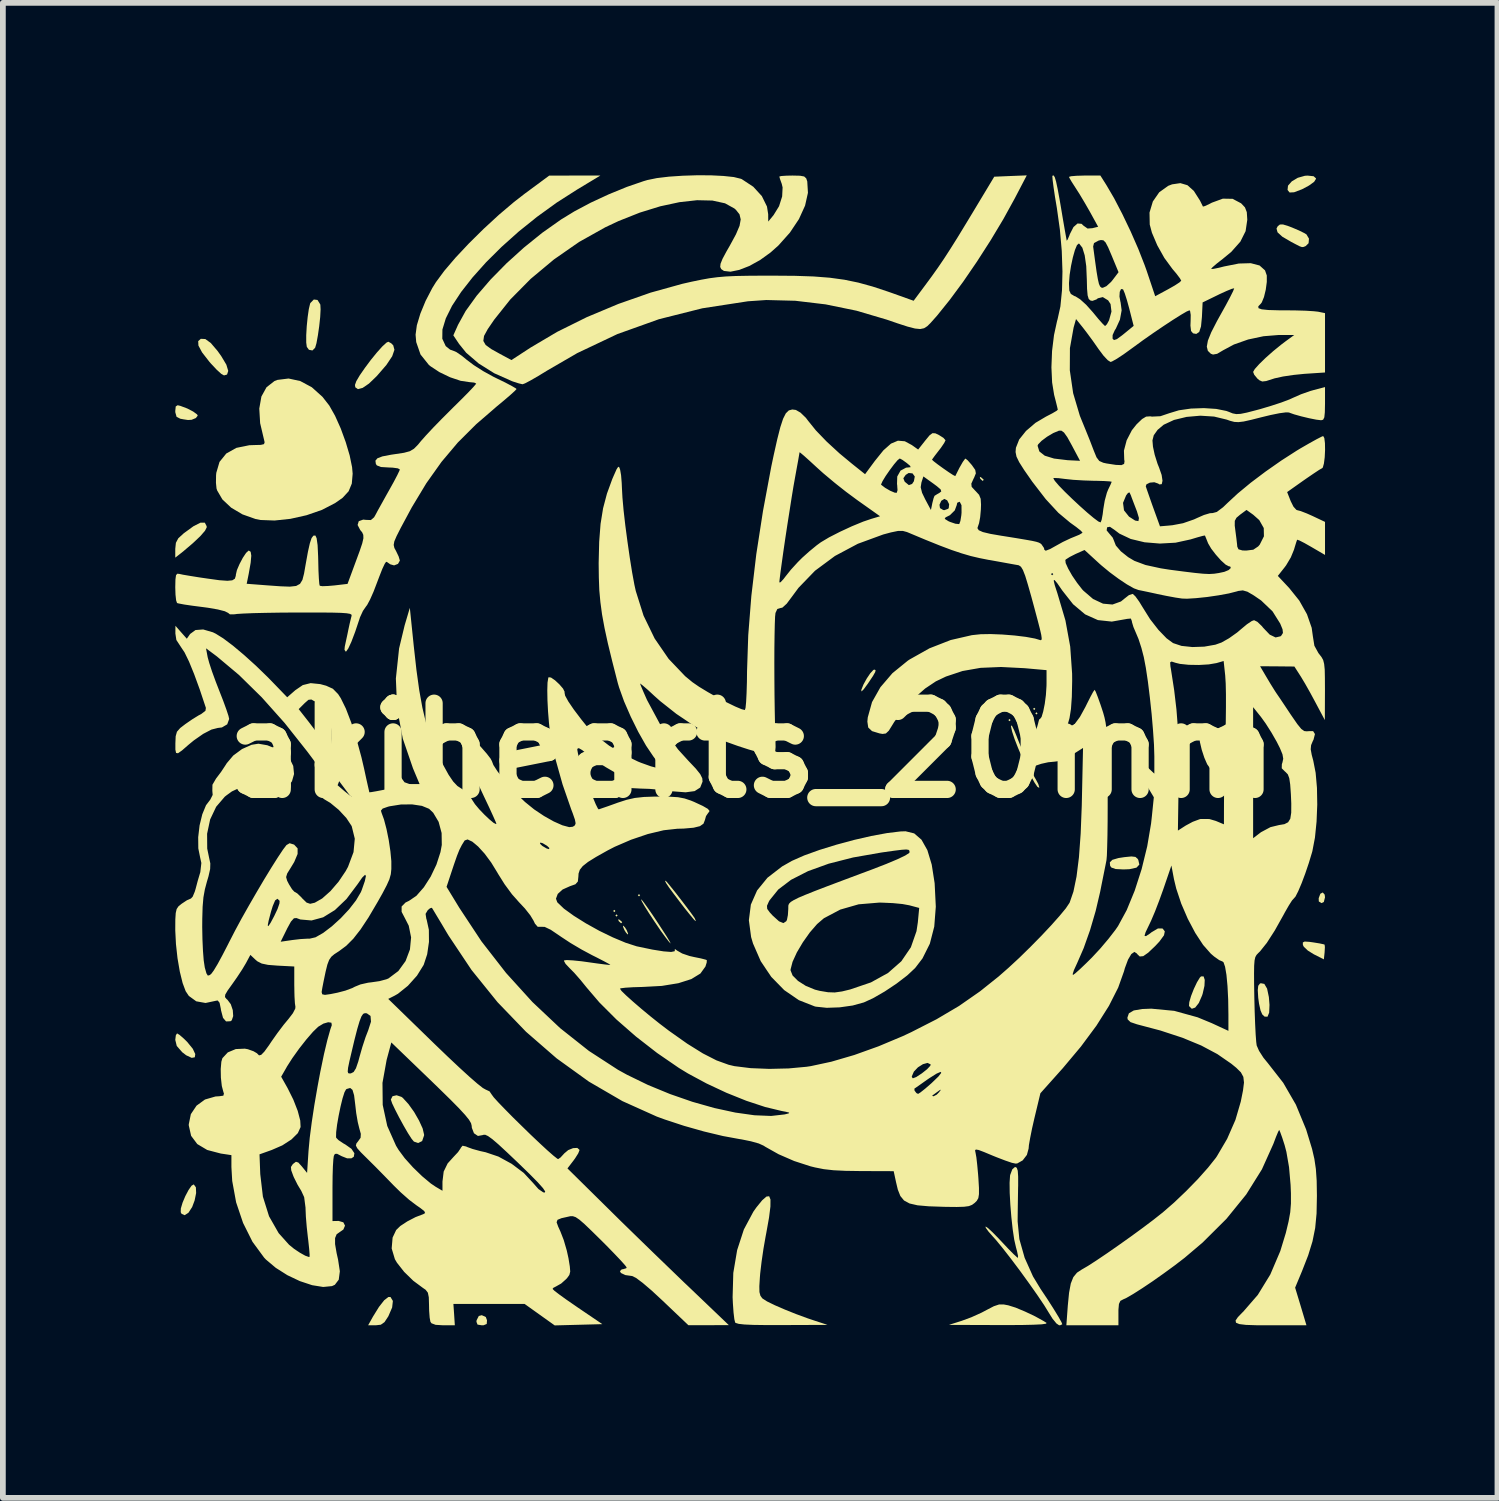
<source format=kicad_pcb>
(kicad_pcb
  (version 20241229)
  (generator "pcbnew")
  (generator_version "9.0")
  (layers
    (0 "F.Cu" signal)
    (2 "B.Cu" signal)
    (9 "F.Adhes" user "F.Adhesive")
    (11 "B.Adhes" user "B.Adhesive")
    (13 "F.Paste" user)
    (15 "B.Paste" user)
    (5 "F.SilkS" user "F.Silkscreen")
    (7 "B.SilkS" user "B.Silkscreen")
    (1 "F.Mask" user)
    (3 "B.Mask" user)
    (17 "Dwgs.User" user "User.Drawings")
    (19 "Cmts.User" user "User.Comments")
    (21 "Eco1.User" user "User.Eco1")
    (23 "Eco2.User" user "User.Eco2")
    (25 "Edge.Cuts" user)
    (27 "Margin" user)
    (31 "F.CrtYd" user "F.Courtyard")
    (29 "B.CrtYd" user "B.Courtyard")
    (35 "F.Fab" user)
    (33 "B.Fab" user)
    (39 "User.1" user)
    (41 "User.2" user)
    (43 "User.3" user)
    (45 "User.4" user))
  (footprint "akihearts_20mm"
    (layer "F.Cu")
    (at 10.004 10.009)
    (property "Reference" "akihearts_20mm" (at 0 0 0) (layer "F.SilkS") (effects (font (size 1.5 1.5) (thickness 0.3))))
    (attr board_only exclude_from_pos_files exclude_from_bom)
    (fp_poly (pts (xy -2.345 2.794) (xy -2.364 2.814) (xy -2.384 2.794) (xy -2.364 2.774)) (stroke (width 0) (type solid)) (fill yes) (layer "F.SilkS"))
    (fp_poly (pts (xy -2.306 2.872) (xy -2.325 2.892) (xy -2.345 2.872) (xy -2.325 2.853)) (stroke (width 0) (type solid)) (fill yes) (layer "F.SilkS"))
    (fp_poly (pts (xy -1.915 2.52) (xy -1.934 2.54) (xy -1.954 2.52) (xy -1.934 2.501)) (stroke (width 0) (type solid)) (fill yes) (layer "F.SilkS"))
    (fp_poly (pts (xy 4.533 -0.528) (xy 4.513 -0.508) (xy 4.494 -0.528) (xy 4.513 -0.547)) (stroke (width 0) (type solid)) (fill yes) (layer "F.SilkS"))
    (fp_poly (pts (xy 4.963 -0.723) (xy 4.943 -0.703) (xy 4.924 -0.723) (xy 4.943 -0.742)) (stroke (width 0) (type solid)) (fill yes) (layer "F.SilkS"))
    (fp_poly (pts (xy 5.002 -0.645) (xy 4.982 -0.625) (xy 4.963 -0.645) (xy 4.982 -0.664)) (stroke (width 0) (type solid)) (fill yes) (layer "F.SilkS"))
    (fp_poly (pts (xy -2.272 2.947) (xy -2.231 2.983) (xy -2.227 2.992) (xy -2.246 3.008) (xy -2.285 2.972) (xy -2.29 2.964) (xy -2.294 2.937)) (stroke (width 0) (type solid)) (fill yes) (layer "F.SilkS"))
    (fp_poly (pts (xy 4.019 -4.752) (xy 4.061 -4.715) (xy 4.064 -4.706) (xy 4.045 -4.69) (xy 4.007 -4.726) (xy 4.002 -4.734) (xy 3.997 -4.761)) (stroke (width 0) (type solid)) (fill yes) (layer "F.SilkS"))
    (fp_poly (pts (xy -2.179 3.078) (xy -2.149 3.126) (xy -2.124 3.187) (xy -2.127 3.204) (xy -2.158 3.174) (xy -2.188 3.126) (xy -2.213 3.066) (xy -2.211 3.048)) (stroke (width 0) (type solid)) (fill yes) (layer "F.SilkS"))
    (fp_poly (pts (xy 9.998 2.509) (xy 10.004 2.556) (xy 9.983 2.638) (xy 9.942 2.657) (xy 9.896 2.628) (xy 9.894 2.572) (xy 9.923 2.494) (xy 9.965 2.472)) (stroke (width 0) (type solid)) (fill yes) (layer "F.SilkS"))
    (fp_poly (pts (xy -4.6 9.86) (xy -4.579 9.916) (xy -4.584 9.981) (xy -4.638 10.003) (xy -4.67 10.004) (xy -4.744 9.992) (xy -4.763 9.943) (xy -4.76 9.916) (xy -4.722 9.842) (xy -4.67 9.828)) (stroke (width 0) (type solid)) (fill yes) (layer "F.SilkS"))
    (fp_poly (pts (xy -9.93 4.95) (xy -9.854 5.016) (xy -9.797 5.072) (xy -9.699 5.192) (xy -9.656 5.284) (xy -9.664 5.34) (xy -9.718 5.35) (xy -9.814 5.305) (xy -9.883 5.252) (xy -9.978 5.143) (xy -10.004 5.037) (xy -9.994 4.957) (xy -9.973 4.924)) (stroke (width 0) (type solid)) (fill yes) (layer "F.SilkS"))
    (fp_poly (pts (xy -6.217 9.58) (xy -6.23 9.694) (xy -6.294 9.843) (xy -6.299 9.852) (xy -6.363 9.949) (xy -6.427 9.994) (xy -6.516 10.004) (xy -6.648 10.004) (xy -6.563 9.852) (xy -6.459 9.684) (xy -6.368 9.568) (xy -6.295 9.511) (xy -6.259 9.511)) (stroke (width 0) (type solid)) (fill yes) (layer "F.SilkS"))
    (fp_poly (pts (xy 2.183 -1.398) (xy 2.177 -1.365) (xy 2.137 -1.294) (xy 2.056 -1.173) (xy 2.048 -1.161) (xy 1.975 -1.062) (xy 1.937 -1.026) (xy 1.935 -1.055) (xy 1.972 -1.147) (xy 2.029 -1.251) (xy 2.091 -1.343) (xy 2.143 -1.399) (xy 2.159 -1.407)) (stroke (width 0) (type solid)) (fill yes) (layer "F.SilkS"))
    (fp_poly (pts (xy -9.645 7.603) (xy -9.641 7.703) (xy -9.667 7.831) (xy -9.71 7.946) (xy -9.775 8.046) (xy -9.841 8.088) (xy -9.894 8.064) (xy -9.909 8.036) (xy -9.907 7.971) (xy -9.877 7.87) (xy -9.829 7.756) (xy -9.773 7.65) (xy -9.721 7.575) (xy -9.682 7.552)) (stroke (width 0) (type solid)) (fill yes) (layer "F.SilkS"))
    (fp_poly (pts (xy 9.806 -9.992) (xy 9.846 -9.956) (xy 9.847 -9.946) (xy 9.814 -9.894) (xy 9.725 -9.83) (xy 9.603 -9.765) (xy 9.466 -9.713) (xy 9.388 -9.709) (xy 9.352 -9.753) (xy 9.36 -9.828) (xy 9.426 -9.903) (xy 9.53 -9.965) (xy 9.654 -10) (xy 9.701 -10.003)) (stroke (width 0) (type solid)) (fill yes) (layer "F.SilkS"))
    (fp_poly (pts (xy -9.916 -5.996) (xy -9.796 -5.951) (xy -9.692 -5.897) (xy -9.625 -5.848) (xy -9.613 -5.826) (xy -9.646 -5.784) (xy -9.719 -5.754) (xy -9.782 -5.75) (xy -9.856 -5.761) (xy -9.916 -5.772) (xy -9.981 -5.805) (xy -10.003 -5.883) (xy -10.004 -5.906) (xy -9.996 -5.986) (xy -9.963 -6.007)) (stroke (width 0) (type solid)) (fill yes) (layer "F.SilkS"))
    (fp_poly (pts (xy 6.705 1.853) (xy 6.744 1.887) (xy 6.755 1.906) (xy 6.773 1.987) (xy 6.723 2.04) (xy 6.601 2.067) (xy 6.497 2.071) (xy 6.361 2.064) (xy 6.288 2.039) (xy 6.265 2.01) (xy 6.259 1.948) (xy 6.303 1.904) (xy 6.409 1.873) (xy 6.513 1.857) (xy 6.635 1.845)) (stroke (width 0) (type solid)) (fill yes) (layer "F.SilkS"))
    (fp_poly (pts (xy 8.948 4.063) (xy 8.996 4.145) (xy 9.027 4.292) (xy 9.038 4.429) (xy 9.032 4.564) (xy 9.003 4.634) (xy 8.952 4.632) (xy 8.912 4.594) (xy 8.882 4.525) (xy 8.856 4.407) (xy 8.842 4.306) (xy 8.834 4.172) (xy 8.842 4.096) (xy 8.87 4.059) (xy 8.886 4.051)) (stroke (width 0) (type solid)) (fill yes) (layer "F.SilkS"))
    (fp_poly (pts (xy 9.731 3.331) (xy 9.795 3.34) (xy 9.907 3.358) (xy 9.981 3.374) (xy 9.997 3.38) (xy 10.002 3.423) (xy 9.997 3.51) (xy 9.997 3.514) (xy 9.984 3.636) (xy 9.808 3.547) (xy 9.704 3.482) (xy 9.634 3.415) (xy 9.619 3.385) (xy 9.618 3.342) (xy 9.65 3.326)) (stroke (width 0) (type solid)) (fill yes) (layer "F.SilkS"))
    (fp_poly (pts (xy -9.481 -7.159) (xy -9.386 -7.09) (xy -9.269 -6.953) (xy -9.204 -6.862) (xy -9.115 -6.713) (xy -9.082 -6.604) (xy -9.103 -6.541) (xy -9.156 -6.526) (xy -9.205 -6.554) (xy -9.287 -6.629) (xy -9.386 -6.735) (xy -9.411 -6.764) (xy -9.537 -6.926) (xy -9.601 -7.045) (xy -9.605 -7.123) (xy -9.559 -7.163)) (stroke (width 0) (type solid)) (fill yes) (layer "F.SilkS"))
    (fp_poly (pts (xy -9.458 -3.903) (xy -9.457 -3.881) (xy -9.487 -3.822) (xy -9.57 -3.727) (xy -9.697 -3.607) (xy -9.858 -3.47) (xy -9.913 -3.426) (xy -10.004 -3.355) (xy -10.004 -3.508) (xy -9.993 -3.613) (xy -9.951 -3.692) (xy -9.858 -3.777) (xy -9.857 -3.778) (xy -9.688 -3.901) (xy -9.566 -3.963) (xy -9.49 -3.964)) (stroke (width 0) (type solid)) (fill yes) (layer "F.SilkS"))
    (fp_poly (pts (xy 7.891 3.932) (xy 7.911 3.993) (xy 7.906 4.098) (xy 7.875 4.233) (xy 7.865 4.264) (xy 7.808 4.395) (xy 7.745 4.475) (xy 7.686 4.496) (xy 7.641 4.452) (xy 7.637 4.444) (xy 7.642 4.381) (xy 7.673 4.274) (xy 7.721 4.151) (xy 7.776 4.035) (xy 7.826 3.953) (xy 7.847 3.932)) (stroke (width 0) (type solid)) (fill yes) (layer "F.SilkS"))
    (fp_poly (pts (xy 7.964 -0.277) (xy 8.034 -0.187) (xy 8.094 -0.063) (xy 8.136 0.072) (xy 8.152 0.195) (xy 8.134 0.285) (xy 8.118 0.305) (xy 8.055 0.33) (xy 7.997 0.302) (xy 7.953 0.24) (xy 7.904 0.127) (xy 7.859 -0.01) (xy 7.827 -0.146) (xy 7.816 -0.244) (xy 7.847 -0.302) (xy 7.893 -0.313)) (stroke (width 0) (type solid)) (fill yes) (layer "F.SilkS"))
    (fp_poly (pts (xy -1.887 2.599) (xy -1.849 2.647) (xy -1.783 2.739) (xy -1.7 2.859) (xy -1.611 2.993) (xy -1.524 3.126) (xy -1.45 3.241) (xy -1.4 3.324) (xy -1.383 3.36) (xy -1.383 3.361) (xy -1.412 3.331) (xy -1.473 3.252) (xy -1.554 3.141) (xy -1.571 3.116) (xy -1.67 2.97) (xy -1.76 2.833) (xy -1.833 2.717) (xy -1.882 2.633) (xy -1.899 2.593)) (stroke (width 0) (type solid)) (fill yes) (layer "F.SilkS"))
    (fp_poly (pts (xy -1.444 2.295) (xy -1.382 2.371) (xy -1.296 2.478) (xy -1.201 2.601) (xy -1.107 2.724) (xy -1.027 2.831) (xy -0.973 2.907) (xy -0.965 2.919) (xy -0.946 2.964) (xy -0.951 2.97) (xy -0.98 2.941) (xy -1.045 2.863) (xy -1.136 2.75) (xy -1.2 2.667) (xy -1.328 2.498) (xy -1.414 2.382) (xy -1.462 2.31) (xy -1.479 2.275) (xy -1.472 2.266)) (stroke (width 0) (type solid)) (fill yes) (layer "F.SilkS"))
    (fp_poly (pts (xy 9.367 -9.124) (xy 9.43 -9.1) (xy 9.552 -9.048) (xy 9.647 -9.001) (xy 9.681 -8.98) (xy 9.725 -8.906) (xy 9.718 -8.826) (xy 9.668 -8.777) (xy 9.632 -8.762) (xy 9.604 -8.759) (xy 9.563 -8.773) (xy 9.487 -8.812) (xy 9.415 -8.85) (xy 9.261 -8.94) (xy 9.178 -9.016) (xy 9.16 -9.082) (xy 9.182 -9.123) (xy 9.219 -9.152) (xy 9.273 -9.153)) (stroke (width 0) (type solid)) (fill yes) (layer "F.SilkS"))
    (fp_poly (pts (xy -7.529 -7.839) (xy -7.482 -7.764) (xy -7.479 -7.754) (xy -7.475 -7.674) (xy -7.482 -7.542) (xy -7.499 -7.383) (xy -7.522 -7.223) (xy -7.547 -7.086) (xy -7.57 -7.007) (xy -7.617 -6.96) (xy -7.678 -6.972) (xy -7.715 -7.023) (xy -7.725 -7.098) (xy -7.725 -7.226) (xy -7.716 -7.382) (xy -7.7 -7.541) (xy -7.68 -7.68) (xy -7.658 -7.773) (xy -7.653 -7.786) (xy -7.593 -7.847)) (stroke (width 0) (type solid)) (fill yes) (layer "F.SilkS"))
    (fp_poly (pts (xy -6.246 -7.085) (xy -6.211 -7.05) (xy -6.19 -6.972) (xy -6.229 -6.859) (xy -6.33 -6.708) (xy -6.495 -6.517) (xy -6.504 -6.508) (xy -6.633 -6.384) (xy -6.743 -6.309) (xy -6.825 -6.287) (xy -6.871 -6.319) (xy -6.877 -6.36) (xy -6.854 -6.425) (xy -6.792 -6.53) (xy -6.703 -6.658) (xy -6.601 -6.795) (xy -6.496 -6.924) (xy -6.401 -7.03) (xy -6.328 -7.097) (xy -6.296 -7.112)) (stroke (width 0) (type solid)) (fill yes) (layer "F.SilkS"))
    (fp_poly (pts (xy 4.491 9.656) (xy 4.619 9.696) (xy 4.784 9.765) (xy 4.957 9.847) (xy 5.107 9.93) (xy 5.158 9.962) (xy 5.15 9.976) (xy 5.076 9.987) (xy 4.933 9.994) (xy 4.72 9.999) (xy 4.432 10) (xy 4.338 10) (xy 3.458 9.997) (xy 3.682 9.926) (xy 3.85 9.864) (xy 4.029 9.783) (xy 4.116 9.737) (xy 4.241 9.672) (xy 4.331 9.642) (xy 4.416 9.642)) (stroke (width 0) (type solid)) (fill yes) (layer "F.SilkS"))
    (fp_poly (pts (xy -6.068 6.029) (xy -6.045 6.046) (xy -5.947 6.153) (xy -5.848 6.291) (xy -5.762 6.441) (xy -5.699 6.579) (xy -5.674 6.685) (xy -5.674 6.7) (xy -5.708 6.798) (xy -5.777 6.832) (xy -5.851 6.807) (xy -5.891 6.759) (xy -5.954 6.661) (xy -6.03 6.53) (xy -6.108 6.387) (xy -6.178 6.251) (xy -6.23 6.142) (xy -6.252 6.077) (xy -6.252 6.074) (xy -6.223 6.017) (xy -6.152 6.001)) (stroke (width 0) (type solid)) (fill yes) (layer "F.SilkS"))
    (fp_poly (pts (xy 0.354 7.815) (xy 0.353 7.937) (xy 0.329 8.129) (xy 0.282 8.392) (xy 0.269 8.46) (xy 0.232 8.672) (xy 0.199 8.898) (xy 0.175 9.102) (xy 0.17 9.164) (xy 0.16 9.324) (xy 0.162 9.426) (xy 0.179 9.49) (xy 0.211 9.534) (xy 0.22 9.541) (xy 0.295 9.589) (xy 0.428 9.654) (xy 0.601 9.729) (xy 0.798 9.808) (xy 1.002 9.883) (xy 1.133 9.927) (xy 1.348 9.997) (xy 0.559 10) (xy 0.271 10) (xy 0.054 9.997) (xy -0.1 9.99) (xy -0.199 9.979) (xy -0.251 9.963) (xy -0.261 9.955) (xy -0.275 9.897) (xy -0.289 9.78) (xy -0.3 9.624) (xy -0.305 9.515) (xy -0.293 9.092) (xy -0.226 8.695) (xy -0.109 8.336) (xy 0.056 8.027) (xy 0.109 7.952) (xy 0.209 7.829) (xy 0.283 7.764) (xy 0.331 7.758)) (stroke (width 0) (type solid)) (fill yes) (layer "F.SilkS"))
    (fp_poly (pts (xy -7.829 -6.428) (xy -7.628 -6.32) (xy -7.443 -6.154) (xy -7.324 -6.002) (xy -7.223 -5.823) (xy -7.125 -5.604) (xy -7.038 -5.366) (xy -6.969 -5.134) (xy -6.927 -4.929) (xy -6.917 -4.815) (xy -6.932 -4.643) (xy -6.987 -4.51) (xy -7.093 -4.395) (xy -7.223 -4.304) (xy -7.451 -4.186) (xy -7.719 -4.093) (xy -8.001 -4.03) (xy -8.276 -4.001) (xy -8.52 -4.01) (xy -8.607 -4.027) (xy -8.835 -4.108) (xy -9.032 -4.225) (xy -9.184 -4.368) (xy -9.275 -4.524) (xy -9.286 -4.558) (xy -9.296 -4.658) (xy -9.294 -4.789) (xy -9.29 -4.831) (xy -9.234 -5.021) (xy -9.116 -5.167) (xy -8.941 -5.265) (xy -8.716 -5.311) (xy -8.633 -5.314) (xy -8.516 -5.317) (xy -8.46 -5.33) (xy -8.449 -5.362) (xy -8.458 -5.402) (xy -8.527 -5.695) (xy -8.542 -5.949) (xy -8.505 -6.159) (xy -8.416 -6.32) (xy -8.279 -6.427) (xy -8.226 -6.448) (xy -8.032 -6.472)) (stroke (width 0) (type solid)) (fill yes) (layer "F.SilkS"))
    (fp_poly (pts (xy 4.64 7.263) (xy 4.657 7.314) (xy 4.664 7.415) (xy 4.664 7.58) (xy 4.663 7.6) (xy 4.66 7.797) (xy 4.657 8.001) (xy 4.655 8.172) (xy 4.655 8.199) (xy 4.685 8.504) (xy 4.777 8.829) (xy 4.922 9.153) (xy 5.054 9.371) (xy 5.177 9.555) (xy 5.283 9.721) (xy 5.366 9.857) (xy 5.418 9.95) (xy 5.432 9.986) (xy 5.4 10.002) (xy 5.377 10.004) (xy 5.33 9.972) (xy 5.263 9.89) (xy 5.206 9.799) (xy 5.121 9.661) (xy 5 9.481) (xy 4.855 9.275) (xy 4.698 9.058) (xy 4.541 8.849) (xy 4.396 8.663) (xy 4.276 8.517) (xy 4.228 8.464) (xy 4.147 8.372) (xy 4.1 8.307) (xy 4.097 8.284) (xy 4.138 8.311) (xy 4.217 8.384) (xy 4.321 8.49) (xy 4.385 8.558) (xy 4.496 8.676) (xy 4.587 8.768) (xy 4.646 8.822) (xy 4.659 8.831) (xy 4.662 8.798) (xy 4.644 8.713) (xy 4.626 8.646) (xy 4.596 8.515) (xy 4.569 8.334) (xy 4.546 8.124) (xy 4.528 7.905) (xy 4.517 7.698) (xy 4.515 7.523) (xy 4.523 7.401) (xy 4.526 7.386) (xy 4.562 7.29) (xy 4.609 7.249) (xy 4.613 7.249)) (stroke (width 0) (type solid)) (fill yes) (layer "F.SilkS"))
    (fp_poly (pts (xy 2.855 1.444) (xy 2.982 1.554) (xy 3.084 1.735) (xy 3.16 1.987) (xy 3.21 2.306) (xy 3.211 2.317) (xy 3.231 2.719) (xy 3.204 3.066) (xy 3.127 3.364) (xy 2.999 3.62) (xy 2.871 3.787) (xy 2.733 3.916) (xy 2.549 4.057) (xy 2.342 4.195) (xy 2.139 4.312) (xy 1.98 4.385) (xy 1.785 4.439) (xy 1.558 4.471) (xy 1.333 4.479) (xy 1.143 4.459) (xy 1.123 4.454) (xy 0.848 4.346) (xy 0.593 4.171) (xy 0.368 3.941) (xy 0.291 3.827) (xy 0.703 3.827) (xy 0.739 3.917) (xy 0.833 4.011) (xy 0.968 4.097) (xy 1.128 4.163) (xy 1.211 4.184) (xy 1.355 4.208) (xy 1.473 4.212) (xy 1.6 4.194) (xy 1.74 4.16) (xy 2.102 4.037) (xy 2.399 3.873) (xy 2.631 3.669) (xy 2.797 3.426) (xy 2.895 3.146) (xy 2.918 2.994) (xy 2.942 2.741) (xy 2.77 2.695) (xy 2.65 2.673) (xy 2.483 2.657) (xy 2.299 2.649) (xy 2.247 2.648) (xy 1.888 2.678) (xy 1.568 2.77) (xy 1.284 2.92) (xy 1.165 3.022) (xy 1.039 3.167) (xy 0.918 3.338) (xy 0.813 3.515) (xy 0.738 3.679) (xy 0.704 3.81) (xy 0.703 3.827) (xy 0.291 3.827) (xy 0.184 3.667) (xy 0.05 3.36) (xy 0.017 3.248) (xy -0.022 2.955) (xy 0.01 2.704) (xy 0.293 2.704) (xy 0.297 2.758) (xy 0.343 2.821) (xy 0.395 2.877) (xy 0.503 2.974) (xy 0.579 3.005) (xy 0.629 2.972) (xy 0.641 2.947) (xy 0.657 2.865) (xy 0.664 2.756) (xy 0.664 2.756) (xy 0.664 2.721) (xy 0.666 2.692) (xy 0.679 2.665) (xy 0.708 2.636) (xy 0.76 2.604) (xy 0.842 2.563) (xy 0.96 2.513) (xy 1.122 2.448) (xy 1.333 2.367) (xy 1.601 2.266) (xy 1.932 2.142) (xy 2.12 2.072) (xy 2.37 1.975) (xy 2.565 1.893) (xy 2.699 1.829) (xy 2.767 1.785) (xy 2.774 1.773) (xy 2.772 1.746) (xy 2.757 1.73) (xy 2.716 1.724) (xy 2.638 1.729) (xy 2.509 1.745) (xy 2.317 1.772) (xy 2.276 1.778) (xy 1.791 1.863) (xy 1.367 1.971) (xy 1.007 2.101) (xy 0.713 2.251) (xy 0.49 2.42) (xy 0.339 2.607) (xy 0.325 2.632) (xy 0.293 2.704) (xy 0.01 2.704) (xy 0.012 2.684) (xy 0.121 2.437) (xy 0.302 2.215) (xy 0.556 2.019) (xy 0.729 1.921) (xy 0.942 1.827) (xy 1.206 1.732) (xy 1.5 1.641) (xy 1.807 1.558) (xy 2.108 1.489) (xy 2.384 1.438) (xy 2.615 1.41) (xy 2.705 1.407)) (stroke (width 0) (type solid)) (fill yes) (layer "F.SilkS"))
    (fp_poly (pts (xy -0.683 -10.008) (xy -0.464 -9.997) (xy -0.284 -9.978) (xy -0.162 -9.948) (xy -0.145 -9.941) (xy 0.055 -9.809) (xy 0.204 -9.646) (xy 0.293 -9.465) (xy 0.314 -9.332) (xy 0.315 -9.203) (xy 0.408 -9.316) (xy 0.503 -9.47) (xy 0.557 -9.64) (xy 0.565 -9.797) (xy 0.55 -9.86) (xy 0.52 -9.943) (xy 0.508 -9.987) (xy 0.543 -9.996) (xy 0.636 -10.002) (xy 0.738 -10.004) (xy 0.868 -10.001) (xy 0.94 -9.988) (xy 0.976 -9.955) (xy 0.994 -9.902) (xy 1.006 -9.704) (xy 0.956 -9.481) (xy 0.849 -9.246) (xy 0.692 -9.011) (xy 0.492 -8.787) (xy 0.355 -8.665) (xy 0.172 -8.533) (xy -0.015 -8.43) (xy -0.19 -8.362) (xy -0.342 -8.331) (xy -0.456 -8.344) (xy -0.503 -8.376) (xy -0.521 -8.414) (xy -0.515 -8.469) (xy -0.481 -8.554) (xy -0.412 -8.683) (xy -0.355 -8.782) (xy -0.247 -8.981) (xy -0.184 -9.129) (xy -0.164 -9.241) (xy -0.185 -9.329) (xy -0.247 -9.407) (xy -0.274 -9.431) (xy -0.437 -9.521) (xy -0.657 -9.569) (xy -0.924 -9.575) (xy -1.229 -9.541) (xy -1.564 -9.469) (xy -1.92 -9.359) (xy -2.288 -9.213) (xy -2.52 -9.104) (xy -2.977 -8.848) (xy -3.414 -8.544) (xy -3.819 -8.206) (xy -4.174 -7.847) (xy -4.453 -7.497) (xy -4.566 -7.332) (xy -4.631 -7.213) (xy -4.643 -7.126) (xy -4.602 -7.055) (xy -4.504 -6.984) (xy -4.353 -6.9) (xy -4.154 -6.793) (xy -3.818 -7.012) (xy -3.358 -7.284) (xy -2.842 -7.54) (xy -2.293 -7.77) (xy -1.731 -7.967) (xy -1.18 -8.12) (xy -1.017 -8.157) (xy -0.852 -8.191) (xy -0.708 -8.217) (xy -0.57 -8.235) (xy -0.422 -8.248) (xy -0.25 -8.256) (xy -0.037 -8.26) (xy 0.231 -8.262) (xy 0.391 -8.262) (xy 0.779 -8.259) (xy 1.105 -8.248) (xy 1.387 -8.226) (xy 1.641 -8.191) (xy 1.883 -8.141) (xy 2.13 -8.073) (xy 2.399 -7.984) (xy 2.479 -7.956) (xy 2.845 -7.825) (xy 3.038 -8.084) (xy 3.159 -8.248) (xy 3.268 -8.401) (xy 3.374 -8.557) (xy 3.486 -8.73) (xy 3.614 -8.934) (xy 3.766 -9.184) (xy 3.872 -9.359) (xy 4.248 -9.984) (xy 4.531 -9.996) (xy 4.814 -10.007) (xy 4.604 -9.605) (xy 4.407 -9.247) (xy 4.185 -8.877) (xy 3.948 -8.508) (xy 3.707 -8.156) (xy 3.471 -7.837) (xy 3.252 -7.565) (xy 3.138 -7.437) (xy 3.082 -7.382) (xy 3.027 -7.347) (xy 2.96 -7.333) (xy 2.869 -7.342) (xy 2.741 -7.375) (xy 2.562 -7.433) (xy 2.376 -7.497) (xy 1.851 -7.652) (xy 1.315 -7.762) (xy 0.786 -7.825) (xy 0.281 -7.838) (xy -0.039 -7.816) (xy -0.832 -7.694) (xy -1.587 -7.504) (xy -2.311 -7.245) (xy -3.009 -6.914) (xy -3.531 -6.611) (xy -3.687 -6.516) (xy -3.82 -6.439) (xy -3.917 -6.388) (xy -3.961 -6.372) (xy -4.025 -6.387) (xy -4.125 -6.419) (xy -4.144 -6.426) (xy -4.452 -6.563) (xy -4.722 -6.732) (xy -4.942 -6.921) (xy -5.066 -7.075) (xy -5.165 -7.223) (xy -5.083 -7.407) (xy -4.95 -7.648) (xy -4.758 -7.914) (xy -4.518 -8.193) (xy -4.24 -8.476) (xy -3.935 -8.752) (xy -3.615 -9.01) (xy -3.289 -9.24) (xy -3.06 -9.38) (xy -2.774 -9.532) (xy -2.459 -9.678) (xy -2.144 -9.807) (xy -1.856 -9.906) (xy -1.788 -9.926) (xy -1.622 -9.96) (xy -1.412 -9.985) (xy -1.174 -10.001) (xy -0.925 -10.009)) (stroke (width 0) (type solid)) (fill yes) (layer "F.SilkS"))
    (fp_poly (pts (xy -3.013 -9.759) (xy -3.368 -9.532) (xy -3.708 -9.286) (xy -4.029 -9.028) (xy -4.326 -8.762) (xy -4.595 -8.495) (xy -4.831 -8.231) (xy -5.03 -7.977) (xy -5.187 -7.738) (xy -5.296 -7.519) (xy -5.355 -7.325) (xy -5.357 -7.164) (xy -5.299 -7.039) (xy -5.295 -7.034) (xy -5.222 -6.975) (xy -5.168 -6.956) (xy -5.11 -6.931) (xy -5.018 -6.868) (xy -4.93 -6.796) (xy -4.809 -6.705) (xy -4.646 -6.601) (xy -4.468 -6.503) (xy -4.407 -6.473) (xy -4.261 -6.402) (xy -4.146 -6.341) (xy -4.078 -6.301) (xy -4.065 -6.289) (xy -4.093 -6.258) (xy -4.17 -6.188) (xy -4.284 -6.09) (xy -4.406 -5.989) (xy -4.769 -5.675) (xy -5.087 -5.358) (xy -5.371 -5.021) (xy -5.634 -4.651) (xy -5.888 -4.23) (xy -6.08 -3.873) (xy -6.152 -3.731) (xy -6.192 -3.638) (xy -6.203 -3.576) (xy -6.191 -3.523) (xy -6.162 -3.47) (xy -6.117 -3.376) (xy -6.096 -3.306) (xy -6.096 -3.303) (xy -6.128 -3.246) (xy -6.196 -3.22) (xy -6.263 -3.239) (xy -6.267 -3.242) (xy -6.32 -3.279) (xy -6.335 -3.282) (xy -6.359 -3.248) (xy -6.402 -3.156) (xy -6.455 -3.021) (xy -6.491 -2.926) (xy -6.553 -2.764) (xy -6.614 -2.626) (xy -6.665 -2.531) (xy -6.684 -2.506) (xy -6.738 -2.428) (xy -6.79 -2.315) (xy -6.799 -2.286) (xy -6.873 -2.065) (xy -6.939 -1.891) (xy -6.993 -1.774) (xy -7.031 -1.721) (xy -7.037 -1.719) (xy -7.059 -1.751) (xy -7.054 -1.807) (xy -7.035 -1.897) (xy -7.007 -2.026) (xy -6.994 -2.091) (xy -6.967 -2.216) (xy -6.943 -2.314) (xy -6.935 -2.345) (xy -6.938 -2.363) (xy -6.964 -2.377) (xy -7.022 -2.387) (xy -7.119 -2.394) (xy -7.266 -2.398) (xy -7.469 -2.4) (xy -7.737 -2.4) (xy -7.908 -2.4) (xy -8.181 -2.398) (xy -8.432 -2.394) (xy -8.648 -2.389) (xy -8.818 -2.382) (xy -8.93 -2.375) (xy -8.971 -2.369) (xy -9.053 -2.368) (xy -9.084 -2.393) (xy -9.142 -2.422) (xy -9.263 -2.453) (xy -9.436 -2.483) (xy -9.534 -2.496) (xy -9.705 -2.518) (xy -9.848 -2.539) (xy -9.943 -2.557) (xy -9.973 -2.565) (xy -9.989 -2.611) (xy -10 -2.712) (xy -10.004 -2.838) (xy -10.001 -2.975) (xy -9.991 -3.049) (xy -9.969 -3.075) (xy -9.935 -3.072) (xy -9.87 -3.058) (xy -9.746 -3.037) (xy -9.584 -3.011) (xy -9.44 -2.99) (xy -9.237 -2.962) (xy -9.098 -2.952) (xy -9.012 -2.96) (xy -8.967 -2.988) (xy -8.951 -3.038) (xy -8.949 -3.06) (xy -8.931 -3.138) (xy -8.886 -3.243) (xy -8.829 -3.351) (xy -8.772 -3.437) (xy -8.728 -3.477) (xy -8.724 -3.478) (xy -8.692 -3.457) (xy -8.681 -3.389) (xy -8.692 -3.266) (xy -8.725 -3.078) (xy -8.736 -3.023) (xy -8.761 -2.9) (xy -8.396 -2.872) (xy -8.17 -2.856) (xy -8.01 -2.85) (xy -7.901 -2.862) (xy -7.833 -2.899) (xy -7.791 -2.968) (xy -7.763 -3.077) (xy -7.736 -3.232) (xy -7.734 -3.243) (xy -7.695 -3.458) (xy -7.662 -3.605) (xy -7.632 -3.695) (xy -7.601 -3.737) (xy -7.567 -3.74) (xy -7.566 -3.74) (xy -7.544 -3.693) (xy -7.527 -3.572) (xy -7.518 -3.382) (xy -7.516 -3.306) (xy -7.512 -3.132) (xy -7.505 -2.99) (xy -7.497 -2.895) (xy -7.489 -2.865) (xy -7.442 -2.858) (xy -7.342 -2.862) (xy -7.237 -2.871) (xy -7.006 -2.898) (xy -6.864 -3.283) (xy -6.794 -3.473) (xy -6.75 -3.604) (xy -6.73 -3.692) (xy -6.732 -3.751) (xy -6.752 -3.796) (xy -6.785 -3.835) (xy -6.831 -3.923) (xy -6.811 -3.989) (xy -6.733 -4.017) (xy -6.687 -4.012) (xy -6.6 -4.009) (xy -6.544 -4.057) (xy -6.522 -4.095) (xy -6.479 -4.176) (xy -6.409 -4.302) (xy -6.325 -4.453) (xy -6.282 -4.529) (xy -6.202 -4.673) (xy -6.139 -4.793) (xy -6.102 -4.871) (xy -6.096 -4.89) (xy -6.131 -4.909) (xy -6.221 -4.921) (xy -6.293 -4.924) (xy -6.425 -4.932) (xy -6.496 -4.96) (xy -6.513 -4.985) (xy -6.521 -5.042) (xy -6.486 -5.084) (xy -6.399 -5.117) (xy -6.248 -5.146) (xy -6.173 -5.157) (xy -6.022 -5.18) (xy -5.922 -5.207) (xy -5.85 -5.25) (xy -5.778 -5.323) (xy -5.729 -5.383) (xy -5.643 -5.48) (xy -5.517 -5.615) (xy -5.366 -5.77) (xy -5.205 -5.931) (xy -5.172 -5.964) (xy -5.028 -6.106) (xy -4.907 -6.228) (xy -4.818 -6.322) (xy -4.772 -6.376) (xy -4.767 -6.384) (xy -4.801 -6.401) (xy -4.883 -6.409) (xy -4.883 -6.409) (xy -5.038 -6.432) (xy -5.222 -6.494) (xy -5.407 -6.583) (xy -5.562 -6.685) (xy -5.592 -6.71) (xy -5.736 -6.89) (xy -5.811 -7.106) (xy -5.822 -7.235) (xy -5.8 -7.398) (xy -5.739 -7.601) (xy -5.647 -7.824) (xy -5.532 -8.045) (xy -5.469 -8.147) (xy -5.323 -8.345) (xy -5.127 -8.575) (xy -4.894 -8.823) (xy -4.638 -9.076) (xy -4.372 -9.321) (xy -4.11 -9.543) (xy -3.927 -9.685) (xy -3.497 -10.003) (xy -3.052 -10.004) (xy -2.607 -10.004)) (stroke (width 0) (type solid)) (fill yes) (layer "F.SilkS"))
    (fp_poly (pts (xy 5.301 -9.976) (xy 5.324 -9.899) (xy 5.352 -9.768) (xy 5.388 -9.572) (xy 5.412 -9.431) (xy 5.445 -9.234) (xy 5.474 -9.067) (xy 5.496 -8.943) (xy 5.508 -8.877) (xy 5.509 -8.87) (xy 5.525 -8.89) (xy 5.556 -8.962) (xy 5.564 -8.985) (xy 5.627 -9.108) (xy 5.698 -9.17) (xy 5.768 -9.164) (xy 5.801 -9.132) (xy 5.872 -9.082) (xy 5.955 -9.088) (xy 6.056 -9.113) (xy 5.913 -9.373) (xy 5.824 -9.528) (xy 5.732 -9.682) (xy 5.659 -9.796) (xy 5.596 -9.894) (xy 5.556 -9.963) (xy 5.549 -9.981) (xy 5.585 -9.992) (xy 5.679 -10) (xy 5.812 -10.004) (xy 5.822 -10.004) (xy 6.095 -10.004) (xy 6.2 -9.838) (xy 6.333 -9.611) (xy 6.477 -9.334) (xy 6.622 -9.031) (xy 6.755 -8.727) (xy 6.865 -8.446) (xy 6.898 -8.354) (xy 7.049 -7.904) (xy 7.275 -8.026) (xy 7.391 -8.092) (xy 7.472 -8.145) (xy 7.502 -8.174) (xy 7.479 -8.216) (xy 7.418 -8.297) (xy 7.35 -8.377) (xy 7.209 -8.569) (xy 7.085 -8.79) (xy 6.992 -9.009) (xy 6.954 -9.151) (xy 6.95 -9.36) (xy 7.008 -9.553) (xy 7.119 -9.713) (xy 7.275 -9.825) (xy 7.343 -9.851) (xy 7.487 -9.872) (xy 7.61 -9.836) (xy 7.721 -9.737) (xy 7.828 -9.569) (xy 7.88 -9.464) (xy 7.914 -9.473) (xy 7.993 -9.51) (xy 8.035 -9.532) (xy 8.226 -9.602) (xy 8.396 -9.599) (xy 8.542 -9.522) (xy 8.544 -9.521) (xy 8.611 -9.45) (xy 8.643 -9.367) (xy 8.651 -9.242) (xy 8.651 -9.231) (xy 8.622 -9.036) (xy 8.531 -8.854) (xy 8.373 -8.676) (xy 8.225 -8.554) (xy 8.12 -8.472) (xy 8.047 -8.409) (xy 8.021 -8.378) (xy 8.021 -8.378) (xy 8.063 -8.38) (xy 8.156 -8.399) (xy 8.247 -8.422) (xy 8.504 -8.473) (xy 8.712 -8.479) (xy 8.865 -8.439) (xy 8.96 -8.354) (xy 8.991 -8.265) (xy 8.991 -8.153) (xy 8.973 -8.018) (xy 8.942 -7.89) (xy 8.904 -7.797) (xy 8.886 -7.773) (xy 8.843 -7.728) (xy 8.846 -7.696) (xy 8.902 -7.676) (xy 9.018 -7.664) (xy 9.202 -7.659) (xy 9.295 -7.659) (xy 9.491 -7.657) (xy 9.668 -7.652) (xy 9.807 -7.643) (xy 9.882 -7.635) (xy 10.004 -7.61) (xy 10.004 -7.093) (xy 10.004 -6.577) (xy 9.642 -6.553) (xy 9.455 -6.534) (xy 9.273 -6.507) (xy 9.127 -6.475) (xy 9.093 -6.464) (xy 8.98 -6.428) (xy 8.912 -6.42) (xy 8.863 -6.441) (xy 8.829 -6.469) (xy 8.772 -6.538) (xy 8.753 -6.587) (xy 8.782 -6.637) (xy 8.859 -6.723) (xy 8.97 -6.831) (xy 9.102 -6.948) (xy 9.242 -7.062) (xy 9.316 -7.118) (xy 9.468 -7.229) (xy 9.193 -7.229) (xy 8.934 -7.208) (xy 8.666 -7.151) (xy 8.419 -7.064) (xy 8.232 -6.964) (xy 8.127 -6.902) (xy 8.055 -6.889) (xy 8.017 -6.903) (xy 7.965 -6.954) (xy 7.947 -7.027) (xy 7.966 -7.132) (xy 8.024 -7.276) (xy 8.124 -7.471) (xy 8.184 -7.579) (xy 8.277 -7.746) (xy 8.352 -7.887) (xy 8.403 -7.989) (xy 8.423 -8.039) (xy 8.423 -8.042) (xy 8.383 -8.033) (xy 8.292 -7.996) (xy 8.167 -7.939) (xy 8.141 -7.926) (xy 7.874 -7.796) (xy 7.862 -7.543) (xy 7.846 -7.378) (xy 7.815 -7.282) (xy 7.764 -7.248) (xy 7.708 -7.258) (xy 7.673 -7.299) (xy 7.662 -7.394) (xy 7.665 -7.469) (xy 7.667 -7.579) (xy 7.656 -7.647) (xy 7.646 -7.659) (xy 7.596 -7.638) (xy 7.495 -7.579) (xy 7.357 -7.492) (xy 7.193 -7.384) (xy 7.016 -7.264) (xy 6.839 -7.14) (xy 6.676 -7.021) (xy 6.636 -6.992) (xy 6.499 -6.893) (xy 6.381 -6.815) (xy 6.298 -6.769) (xy 6.272 -6.76) (xy 6.223 -6.791) (xy 6.149 -6.87) (xy 6.065 -6.982) (xy 6.063 -6.985) (xy 5.963 -7.128) (xy 5.935 -7.166) (xy 6.307 -7.166) (xy 6.332 -7.141) (xy 6.383 -7.158) (xy 6.472 -7.223) (xy 6.502 -7.247) (xy 6.674 -7.388) (xy 6.597 -7.69) (xy 6.557 -7.836) (xy 6.52 -7.952) (xy 6.492 -8.019) (xy 6.488 -8.024) (xy 6.454 -8.029) (xy 6.432 -7.98) (xy 6.427 -7.899) (xy 6.443 -7.811) (xy 6.447 -7.797) (xy 6.465 -7.659) (xy 6.435 -7.496) (xy 6.364 -7.34) (xy 6.347 -7.315) (xy 6.308 -7.229) (xy 6.307 -7.166) (xy 5.935 -7.166) (xy 5.859 -7.269) (xy 5.79 -7.359) (xy 5.671 -7.507) (xy 5.629 -7.359) (xy 5.565 -7.001) (xy 5.563 -6.615) (xy 5.621 -6.217) (xy 5.737 -5.826) (xy 5.77 -5.744) (xy 5.842 -5.568) (xy 5.913 -5.392) (xy 5.968 -5.248) (xy 5.98 -5.217) (xy 6.028 -5.1) (xy 6.076 -5.037) (xy 6.146 -5.006) (xy 6.201 -4.994) (xy 6.363 -4.969) (xy 6.461 -4.965) (xy 6.508 -4.986) (xy 6.515 -5.033) (xy 6.51 -5.06) (xy 6.505 -5.217) (xy 6.552 -5.396) (xy 6.643 -5.572) (xy 6.726 -5.676) (xy 6.821 -5.767) (xy 6.891 -5.809) (xy 6.963 -5.814) (xy 6.992 -5.809) (xy 7.139 -5.816) (xy 7.296 -5.869) (xy 7.461 -5.919) (xy 7.671 -5.949) (xy 7.896 -5.957) (xy 8.111 -5.943) (xy 8.286 -5.908) (xy 8.33 -5.892) (xy 8.397 -5.865) (xy 8.46 -5.853) (xy 8.536 -5.857) (xy 8.644 -5.879) (xy 8.802 -5.92) (xy 8.877 -5.94) (xy 9.064 -5.996) (xy 9.242 -6.054) (xy 9.385 -6.108) (xy 9.444 -6.135) (xy 9.587 -6.198) (xy 9.749 -6.255) (xy 9.806 -6.271) (xy 10.004 -6.323) (xy 10.004 -6.034) (xy 10.001 -5.884) (xy 9.992 -5.796) (xy 9.971 -5.755) (xy 9.937 -5.746) (xy 9.935 -5.746) (xy 9.852 -5.756) (xy 9.727 -5.781) (xy 9.59 -5.814) (xy 9.468 -5.848) (xy 9.388 -5.876) (xy 9.378 -5.881) (xy 9.324 -5.883) (xy 9.211 -5.868) (xy 9.058 -5.837) (xy 8.905 -5.8) (xy 8.719 -5.753) (xy 8.589 -5.724) (xy 8.497 -5.713) (xy 8.425 -5.717) (xy 8.352 -5.736) (xy 8.293 -5.757) (xy 8.073 -5.81) (xy 7.834 -5.825) (xy 7.595 -5.804) (xy 7.376 -5.751) (xy 7.197 -5.668) (xy 7.091 -5.579) (xy 7.024 -5.485) (xy 7.001 -5.395) (xy 7.01 -5.286) (xy 7.04 -5.146) (xy 7.09 -4.987) (xy 7.116 -4.923) (xy 7.161 -4.794) (xy 7.176 -4.693) (xy 7.163 -4.634) (xy 7.122 -4.629) (xy 7.1 -4.644) (xy 7.034 -4.667) (xy 6.956 -4.66) (xy 6.897 -4.631) (xy 6.885 -4.596) (xy 6.903 -4.542) (xy 6.941 -4.433) (xy 6.991 -4.29) (xy 7.014 -4.226) (xy 7.132 -3.9) (xy 7.276 -3.912) (xy 8.433 -3.912) (xy 8.445 -3.818) (xy 8.462 -3.688) (xy 8.474 -3.582) (xy 8.477 -3.546) (xy 8.498 -3.5) (xy 8.567 -3.48) (xy 8.633 -3.478) (xy 8.756 -3.493) (xy 8.841 -3.55) (xy 8.868 -3.581) (xy 8.941 -3.726) (xy 8.938 -3.87) (xy 8.86 -4.008) (xy 8.754 -4.102) (xy 8.638 -4.185) (xy 8.527 -4.103) (xy 8.463 -4.049) (xy 8.434 -3.995) (xy 8.433 -3.912) (xy 7.276 -3.912) (xy 7.349 -3.919) (xy 7.534 -3.954) (xy 7.724 -4.02) (xy 7.774 -4.043) (xy 7.897 -4.097) (xy 8.001 -4.128) (xy 8.05 -4.131) (xy 8.121 -4.15) (xy 8.23 -4.232) (xy 8.309 -4.308) (xy 8.485 -4.471) (xy 8.711 -4.658) (xy 8.97 -4.853) (xy 9.243 -5.044) (xy 9.512 -5.217) (xy 9.58 -5.258) (xy 9.731 -5.345) (xy 9.857 -5.415) (xy 9.943 -5.459) (xy 9.972 -5.471) (xy 9.992 -5.436) (xy 10.003 -5.347) (xy 10.005 -5.228) (xy 9.999 -5.102) (xy 9.985 -4.993) (xy 9.966 -4.924) (xy 9.955 -4.912) (xy 9.902 -4.882) (xy 9.804 -4.817) (xy 9.678 -4.731) (xy 9.625 -4.694) (xy 9.345 -4.496) (xy 9.407 -4.338) (xy 9.455 -4.242) (xy 9.505 -4.187) (xy 9.52 -4.181) (xy 9.581 -4.165) (xy 9.687 -4.124) (xy 9.788 -4.079) (xy 10.004 -3.977) (xy 10.004 -3.689) (xy 10.004 -3.402) (xy 9.766 -3.541) (xy 9.648 -3.608) (xy 9.56 -3.653) (xy 9.52 -3.667) (xy 9.519 -3.667) (xy 9.504 -3.625) (xy 9.476 -3.534) (xy 9.464 -3.493) (xy 9.409 -3.359) (xy 9.327 -3.221) (xy 9.3 -3.185) (xy 9.183 -3.037) (xy 9.38 -2.827) (xy 9.556 -2.608) (xy 9.69 -2.37) (xy 9.772 -2.134) (xy 9.793 -1.984) (xy 9.819 -1.822) (xy 9.89 -1.693) (xy 9.902 -1.678) (xy 9.943 -1.625) (xy 9.972 -1.573) (xy 9.989 -1.505) (xy 9.999 -1.407) (xy 10.002 -1.263) (xy 10.003 -1.056) (xy 10.003 -1.042) (xy 10.001 -0.528) (xy 9.835 -0.84) (xy 9.747 -1.003) (xy 9.659 -1.159) (xy 9.586 -1.281) (xy 9.57 -1.306) (xy 9.471 -1.46) (xy 9.173 -1.463) (xy 8.874 -1.465) (xy 8.977 -1.29) (xy 9.055 -1.159) (xy 9.133 -1.034) (xy 9.16 -0.993) (xy 9.221 -0.904) (xy 9.308 -0.774) (xy 9.405 -0.628) (xy 9.429 -0.593) (xy 9.524 -0.456) (xy 9.591 -0.374) (xy 9.643 -0.337) (xy 9.691 -0.332) (xy 9.708 -0.335) (xy 9.797 -0.336) (xy 9.829 -0.285) (xy 9.804 -0.187) (xy 9.792 -0.164) (xy 9.762 -0.092) (xy 9.755 -0.02) (xy 9.773 0.078) (xy 9.8 0.18) (xy 9.841 0.39) (xy 9.864 0.652) (xy 9.869 0.943) (xy 9.857 1.239) (xy 9.829 1.517) (xy 9.784 1.753) (xy 9.777 1.778) (xy 9.722 1.96) (xy 9.66 2.143) (xy 9.597 2.311) (xy 9.538 2.45) (xy 9.49 2.544) (xy 9.459 2.579) (xy 9.43 2.611) (xy 9.375 2.697) (xy 9.305 2.819) (xy 9.282 2.862) (xy 9.129 3.135) (xy 8.992 3.348) (xy 8.873 3.497) (xy 8.84 3.529) (xy 8.812 3.559) (xy 8.791 3.597) (xy 8.778 3.655) (xy 8.771 3.745) (xy 8.769 3.879) (xy 8.77 4.068) (xy 8.774 4.306) (xy 8.78 4.542) (xy 8.788 4.759) (xy 8.797 4.941) (xy 8.807 5.073) (xy 8.815 5.134) (xy 8.856 5.228) (xy 8.933 5.348) (xy 9.009 5.441) (xy 9.277 5.784) (xy 9.497 6.164) (xy 9.675 6.595) (xy 9.779 6.936) (xy 9.819 7.109) (xy 9.845 7.284) (xy 9.859 7.487) (xy 9.863 7.741) (xy 9.863 7.757) (xy 9.857 8.058) (xy 9.833 8.311) (xy 9.786 8.544) (xy 9.711 8.787) (xy 9.604 9.061) (xy 9.484 9.349) (xy 9.583 9.676) (xy 9.681 10.004) (xy 9.061 10.004) (xy 8.809 10.003) (xy 8.628 9.997) (xy 8.513 9.983) (xy 8.455 9.959) (xy 8.448 9.92) (xy 8.487 9.863) (xy 8.562 9.785) (xy 8.581 9.767) (xy 8.835 9.474) (xy 9.052 9.12) (xy 9.226 8.712) (xy 9.322 8.397) (xy 9.37 8.197) (xy 9.399 8.037) (xy 9.411 7.885) (xy 9.411 7.709) (xy 9.405 7.561) (xy 9.378 7.252) (xy 9.332 6.986) (xy 9.301 6.868) (xy 9.259 6.738) (xy 9.225 6.644) (xy 9.207 6.604) (xy 9.206 6.604) (xy 9.188 6.638) (xy 9.151 6.726) (xy 9.105 6.848) (xy 8.906 7.29) (xy 8.633 7.727) (xy 8.288 8.152) (xy 7.875 8.563) (xy 7.559 8.831) (xy 7.387 8.963) (xy 7.198 9.101) (xy 7.007 9.236) (xy 6.825 9.358) (xy 6.668 9.458) (xy 6.549 9.527) (xy 6.492 9.553) (xy 6.443 9.579) (xy 6.418 9.633) (xy 6.409 9.735) (xy 6.409 9.791) (xy 6.409 10.004) (xy 5.956 10.004) (xy 5.503 10.004) (xy 5.528 9.662) (xy 5.55 9.438) (xy 5.58 9.277) (xy 5.624 9.166) (xy 5.688 9.088) (xy 5.778 9.029) (xy 5.779 9.029) (xy 5.88 8.97) (xy 6.03 8.873) (xy 6.214 8.749) (xy 6.419 8.606) (xy 6.63 8.456) (xy 6.834 8.307) (xy 7.017 8.169) (xy 7.165 8.052) (xy 7.171 8.048) (xy 7.376 7.87) (xy 7.588 7.668) (xy 7.792 7.459) (xy 7.969 7.26) (xy 8.105 7.089) (xy 8.123 7.062) (xy 8.301 6.759) (xy 8.445 6.43) (xy 8.538 6.112) (xy 8.577 5.917) (xy 8.594 5.78) (xy 8.583 5.681) (xy 8.54 5.602) (xy 8.46 5.523) (xy 8.373 5.452) (xy 8.13 5.284) (xy 7.85 5.135) (xy 7.523 5) (xy 7.139 4.874) (xy 6.731 4.766) (xy 6.619 4.728) (xy 6.57 4.681) (xy 6.565 4.65) (xy 6.591 4.575) (xy 6.676 4.525) (xy 6.824 4.5) (xy 6.982 4.494) (xy 7.381 4.532) (xy 7.786 4.644) (xy 8.033 4.746) (xy 8.323 4.88) (xy 8.323 4.599) (xy 8.319 4.333) (xy 8.307 4.099) (xy 8.289 3.906) (xy 8.265 3.765) (xy 8.238 3.687) (xy 8.22 3.673) (xy 8.163 3.649) (xy 8.074 3.586) (xy 8.017 3.537) (xy 7.883 3.385) (xy 7.746 3.176) (xy 7.616 2.93) (xy 7.502 2.666) (xy 7.415 2.404) (xy 7.376 2.242) (xy 7.331 2.003) (xy 7.189 2.418) (xy 7.119 2.612) (xy 7.046 2.802) (xy 6.978 2.962) (xy 6.942 3.038) (xy 6.882 3.163) (xy 6.863 3.226) (xy 6.888 3.232) (xy 6.958 3.186) (xy 6.984 3.165) (xy 7.097 3.098) (xy 7.178 3.099) (xy 7.216 3.149) (xy 7.202 3.217) (xy 7.123 3.325) (xy 7.05 3.403) (xy 6.927 3.52) (xy 6.841 3.58) (xy 6.78 3.586) (xy 6.736 3.544) (xy 6.731 3.535) (xy 6.687 3.506) (xy 6.633 3.544) (xy 6.576 3.641) (xy 6.521 3.789) (xy 6.506 3.844) (xy 6.405 4.127) (xy 6.244 4.445) (xy 6.026 4.79) (xy 5.756 5.154) (xy 5.44 5.531) (xy 5.421 5.552) (xy 5.051 5.966) (xy 4.948 6.395) (xy 4.906 6.579) (xy 4.873 6.744) (xy 4.851 6.87) (xy 4.846 6.929) (xy 4.816 7.039) (xy 4.743 7.134) (xy 4.649 7.187) (xy 4.62 7.19) (xy 4.554 7.176) (xy 4.437 7.136) (xy 4.291 7.08) (xy 4.224 7.053) (xy 4.071 6.989) (xy 3.976 6.953) (xy 3.928 6.945) (xy 3.914 6.961) (xy 3.922 6.999) (xy 3.923 7.004) (xy 3.937 7.082) (xy 3.952 7.215) (xy 3.967 7.378) (xy 3.972 7.444) (xy 3.982 7.613) (xy 3.982 7.722) (xy 3.971 7.791) (xy 3.944 7.838) (xy 3.908 7.874) (xy 3.862 7.908) (xy 3.806 7.93) (xy 3.723 7.941) (xy 3.596 7.945) (xy 3.411 7.943) (xy 3.366 7.942) (xy 3.106 7.933) (xy 2.913 7.916) (xy 2.774 7.884) (xy 2.678 7.832) (xy 2.614 7.754) (xy 2.57 7.643) (xy 2.539 7.513) (xy 2.498 7.322) (xy 1.923 7.32) (xy 1.659 7.316) (xy 1.452 7.306) (xy 1.282 7.287) (xy 1.13 7.257) (xy 1.049 7.237) (xy 0.766 7.145) (xy 0.495 7.027) (xy 0.265 6.898) (xy 0.234 6.878) (xy 0.15 6.84) (xy 0.014 6.802) (xy -0.147 6.769) (xy -0.187 6.763) (xy -0.474 6.71) (xy -0.804 6.631) (xy -1.15 6.533) (xy -1.484 6.423) (xy -1.624 6.372) (xy -2.222 6.103) (xy -2.805 5.764) (xy -3.367 5.359) (xy -3.9 4.896) (xy -4.396 4.381) (xy -4.848 3.821) (xy -5.248 3.222) (xy -5.274 3.179) (xy -5.37 3.017) (xy -5.452 2.881) (xy -5.51 2.784) (xy -5.538 2.739) (xy -5.538 2.738) (xy -5.571 2.747) (xy -5.61 2.78) (xy -5.648 2.844) (xy -5.635 2.93) (xy -5.629 2.946) (xy -5.591 3.121) (xy -5.589 3.332) (xy -5.62 3.547) (xy -5.681 3.732) (xy -5.798 3.92) (xy -5.956 4.096) (xy -6.128 4.234) (xy -6.187 4.268) (xy -6.298 4.324) (xy -5.488 5.112) (xy -5.262 5.329) (xy -5.06 5.519) (xy -4.886 5.678) (xy -4.748 5.798) (xy -4.652 5.874) (xy -4.604 5.901) (xy -4.535 5.933) (xy -4.497 5.989) (xy -4.462 6.037) (xy -4.381 6.126) (xy -4.265 6.246) (xy -4.125 6.388) (xy -3.971 6.539) (xy -3.814 6.692) (xy -3.663 6.835) (xy -3.53 6.958) (xy -3.424 7.051) (xy -3.357 7.104) (xy -3.341 7.112) (xy -3.3 7.084) (xy -3.239 7.018) (xy -3.236 7.014) (xy -3.166 6.955) (xy -3.081 6.921) (xy -3.008 6.917) (xy -2.971 6.949) (xy -2.97 6.958) (xy -2.992 7.013) (xy -3.047 7.1) (xy -3.074 7.137) (xy -3.179 7.274) (xy -2.498 7.946) (xy -2.258 8.183) (xy -1.981 8.453) (xy -1.69 8.736) (xy -1.404 9.012) (xy -1.145 9.262) (xy -1.094 9.31) (xy -0.371 10.001) (xy -0.723 10.002) (xy -1.075 10.002) (xy -1.524 9.575) (xy -1.714 9.399) (xy -1.87 9.266) (xy -1.985 9.18) (xy -2.054 9.146) (xy -2.058 9.146) (xy -2.172 9.13) (xy -2.248 9.094) (xy -2.266 9.062) (xy -2.235 9.031) (xy -2.208 9.027) (xy -2.156 9.011) (xy -2.149 8.997) (xy -2.176 8.96) (xy -2.248 8.879) (xy -2.358 8.763) (xy -2.495 8.622) (xy -2.592 8.525) (xy -2.76 8.36) (xy -2.883 8.242) (xy -2.972 8.165) (xy -3.036 8.122) (xy -3.086 8.105) (xy -3.132 8.106) (xy -3.149 8.11) (xy -3.283 8.14) (xy -3.352 8.168) (xy -3.368 8.211) (xy -3.34 8.288) (xy -3.302 8.371) (xy -3.244 8.52) (xy -3.191 8.702) (xy -3.161 8.838) (xy -3.138 8.981) (xy -3.131 9.069) (xy -3.146 9.128) (xy -3.183 9.179) (xy -3.204 9.202) (xy -3.288 9.277) (xy -3.366 9.321) (xy -3.367 9.322) (xy -3.426 9.353) (xy -3.438 9.371) (xy -3.407 9.402) (xy -3.323 9.467) (xy -3.198 9.557) (xy -3.043 9.664) (xy -3.004 9.691) (xy -2.572 9.984) (xy -2.987 9.995) (xy -3.401 10.006) (xy -3.663 9.819) (xy -3.925 9.632) (xy -4.545 9.632) (xy -5.164 9.632) (xy -5.151 9.818) (xy -5.139 10.004) (xy -5.34 10.004) (xy -5.473 9.996) (xy -5.545 9.969) (xy -5.564 9.942) (xy -5.577 9.871) (xy -5.586 9.751) (xy -5.588 9.65) (xy -5.592 9.517) (xy -5.608 9.437) (xy -5.647 9.386) (xy -5.695 9.353) (xy -5.862 9.229) (xy -6.021 9.074) (xy -6.146 8.915) (xy -6.182 8.854) (xy -6.238 8.667) (xy -6.222 8.478) (xy -6.16 8.346) (xy -6.088 8.276) (xy -5.966 8.196) (xy -5.822 8.121) (xy -5.688 8.07) (xy -5.656 8.051) (xy -5.67 8.018) (xy -5.739 7.963) (xy -5.807 7.916) (xy -5.934 7.82) (xy -6.08 7.691) (xy -6.214 7.56) (xy -6.214 7.559) (xy -6.356 7.413) (xy -6.518 7.248) (xy -6.66 7.107) (xy -6.773 6.995) (xy -6.837 6.923) (xy -6.861 6.876) (xy -6.851 6.838) (xy -6.823 6.803) (xy -6.779 6.741) (xy -6.775 6.672) (xy -6.8 6.583) (xy -6.828 6.469) (xy -6.855 6.312) (xy -6.872 6.164) (xy -6.892 6.001) (xy -6.92 5.907) (xy -6.96 5.874) (xy -7.019 5.891) (xy -7.032 5.899) (xy -7.059 5.948) (xy -7.093 6.055) (xy -7.128 6.198) (xy -7.161 6.358) (xy -7.188 6.512) (xy -7.204 6.643) (xy -7.206 6.727) (xy -7.203 6.741) (xy -7.163 6.782) (xy -7.078 6.839) (xy -7.044 6.858) (xy -6.938 6.933) (xy -6.887 7.009) (xy -6.897 7.071) (xy -6.938 7.098) (xy -7.015 7.098) (xy -7.111 7.06) (xy -7.112 7.059) (xy -7.189 7.019) (xy -7.226 7.022) (xy -7.245 7.057) (xy -7.253 7.117) (xy -7.261 7.239) (xy -7.266 7.407) (xy -7.268 7.603) (xy -7.268 7.654) (xy -7.268 8.19) (xy -7.161 8.188) (xy -7.079 8.212) (xy -7.05 8.27) (xy -7.079 8.338) (xy -7.141 8.381) (xy -7.196 8.42) (xy -7.223 8.486) (xy -7.223 8.591) (xy -7.196 8.749) (xy -7.171 8.86) (xy -7.14 9.064) (xy -7.159 9.21) (xy -7.227 9.299) (xy -7.277 9.322) (xy -7.43 9.337) (xy -7.622 9.306) (xy -7.836 9.235) (xy -8.053 9.132) (xy -8.255 9.004) (xy -8.426 8.86) (xy -8.458 8.826) (xy -8.66 8.551) (xy -8.824 8.223) (xy -8.945 7.864) (xy -9.013 7.492) (xy -9.027 7.25) (xy -9.027 7.043) (xy -9.118 7.029) (xy -8.538 7.029) (xy -8.525 7.373) (xy -8.479 7.765) (xy -8.372 8.107) (xy -8.205 8.4) (xy -8.024 8.602) (xy -7.937 8.673) (xy -7.835 8.741) (xy -7.742 8.793) (xy -7.679 8.815) (xy -7.667 8.813) (xy -7.666 8.772) (xy -7.674 8.672) (xy -7.689 8.532) (xy -7.696 8.476) (xy -7.716 8.294) (xy -7.731 8.116) (xy -7.737 7.975) (xy -7.737 7.959) (xy -7.761 7.774) (xy -7.811 7.665) (xy -7.875 7.559) (xy -7.939 7.431) (xy -7.949 7.408) (xy -7.986 7.307) (xy -7.991 7.249) (xy -7.962 7.204) (xy -7.951 7.193) (xy -7.904 7.158) (xy -7.862 7.172) (xy -7.799 7.242) (xy -7.71 7.352) (xy -7.685 6.968) (xy -7.664 6.741) (xy -7.629 6.471) (xy -7.584 6.174) (xy -7.531 5.867) (xy -7.516 5.785) (xy -6.398 5.785) (xy -6.394 6.169) (xy -6.315 6.535) (xy -6.162 6.879) (xy -6.117 6.953) (xy -6.011 7.096) (xy -5.867 7.256) (xy -5.708 7.41) (xy -5.556 7.537) (xy -5.473 7.593) (xy -5.354 7.663) (xy -5.354 7.502) (xy -5.333 7.329) (xy -5.264 7.187) (xy -5.159 7.071) (xy -5.083 6.99) (xy -5.037 6.922) (xy -5.034 6.914) (xy -5.005 6.879) (xy -4.944 6.892) (xy -4.92 6.903) (xy -4.829 6.936) (xy -4.697 6.972) (xy -4.602 6.993) (xy -4.38 7.068) (xy -4.15 7.194) (xy -3.94 7.352) (xy -3.778 7.526) (xy -3.684 7.633) (xy -3.601 7.69) (xy -3.576 7.695) (xy -3.566 7.676) (xy -3.605 7.617) (xy -3.696 7.515) (xy -3.841 7.368) (xy -4.042 7.173) (xy -4.235 6.99) (xy -4.38 6.856) (xy -4.486 6.765) (xy -4.561 6.711) (xy -4.611 6.688) (xy -4.646 6.69) (xy -4.654 6.694) (xy -4.737 6.709) (xy -4.806 6.662) (xy -4.843 6.567) (xy -4.846 6.531) (xy -4.857 6.487) (xy -4.893 6.426) (xy -4.961 6.342) (xy -5.066 6.228) (xy -5.214 6.078) (xy -5.411 5.885) (xy -5.545 5.755) (xy -6.244 5.082) (xy -6.326 5.386) (xy -6.398 5.785) (xy -7.516 5.785) (xy -7.479 5.588) (xy -7.003 5.588) (xy -6.994 5.617) (xy -6.968 5.622) (xy -6.947 5.62) (xy -6.9 5.596) (xy -6.86 5.532) (xy -6.819 5.413) (xy -6.798 5.334) (xy -6.749 5.162) (xy -6.692 4.988) (xy -6.646 4.87) (xy -6.598 4.72) (xy -6.606 4.621) (xy -6.67 4.575) (xy -6.703 4.572) (xy -6.734 4.584) (xy -6.764 4.628) (xy -6.797 4.713) (xy -6.837 4.848) (xy -6.887 5.043) (xy -6.931 5.229) (xy -6.973 5.407) (xy -6.997 5.523) (xy -7.003 5.588) (xy -7.479 5.588) (xy -7.474 5.565) (xy -7.416 5.285) (xy -7.358 5.042) (xy -7.305 4.853) (xy -7.28 4.781) (xy -7.287 4.738) (xy -7.343 4.73) (xy -7.426 4.754) (xy -7.517 4.809) (xy -7.607 4.896) (xy -7.723 5.03) (xy -7.848 5.189) (xy -7.966 5.354) (xy -8.062 5.504) (xy -8.068 5.516) (xy -8.161 5.678) (xy -8.049 5.877) (xy -7.949 6.078) (xy -7.873 6.273) (xy -7.829 6.441) (xy -7.823 6.554) (xy -7.871 6.66) (xy -7.982 6.77) (xy -8.141 6.873) (xy -8.325 6.953) (xy -8.538 7.029) (xy -9.118 7.029) (xy -9.212 7.015) (xy -9.448 6.953) (xy -9.621 6.85) (xy -9.728 6.707) (xy -9.769 6.525) (xy -9.769 6.506) (xy -9.733 6.33) (xy -9.634 6.182) (xy -9.487 6.075) (xy -9.304 6.022) (xy -9.239 6.018) (xy -9.167 6.008) (xy -9.157 5.97) (xy -9.165 5.949) (xy -9.194 5.84) (xy -9.21 5.695) (xy -9.213 5.544) (xy -9.202 5.417) (xy -9.184 5.356) (xy -9.09 5.255) (xy -8.951 5.197) (xy -8.793 5.19) (xy -8.74 5.2) (xy -8.642 5.235) (xy -8.581 5.271) (xy -8.576 5.277) (xy -8.546 5.307) (xy -8.509 5.298) (xy -8.454 5.242) (xy -8.372 5.129) (xy -8.333 5.07) (xy -8.229 4.922) (xy -8.118 4.775) (xy -8.031 4.67) (xy -7.957 4.573) (xy -7.916 4.493) (xy -7.913 4.461) (xy -7.922 4.4) (xy -7.929 4.282) (xy -7.931 4.205) (xy -7.457 4.205) (xy -7.446 4.244) (xy -7.399 4.254) (xy -7.301 4.24) (xy -7.182 4.216) (xy -7.044 4.18) (xy -6.923 4.135) (xy -6.879 4.112) (xy -6.781 4.072) (xy -6.648 4.042) (xy -6.589 4.035) (xy -6.451 4.015) (xy -6.331 3.983) (xy -6.294 3.968) (xy -6.122 3.839) (xy -5.996 3.665) (xy -5.92 3.463) (xy -5.9 3.253) (xy -5.941 3.05) (xy -5.999 2.936) (xy -6.065 2.809) (xy -6.065 2.716) (xy -5.997 2.647) (xy -5.936 2.617) (xy -5.808 2.53) (xy -5.679 2.383) (xy -5.673 2.374) (xy -5.283 2.374) (xy -5.06 2.74) (xy -4.675 3.323) (xy -4.248 3.872) (xy -3.789 4.378) (xy -3.306 4.833) (xy -2.806 5.229) (xy -2.299 5.558) (xy -2.143 5.644) (xy -1.777 5.822) (xy -1.393 5.98) (xy -1.004 6.115) (xy -0.622 6.223) (xy -0.258 6.302) (xy 0.075 6.349) (xy 0.366 6.361) (xy 0.603 6.334) (xy 0.606 6.333) (xy 0.672 6.316) (xy 0.68 6.303) (xy 0.621 6.288) (xy 0.547 6.274) (xy 0.261 6.205) (xy -0.066 6.097) (xy -0.29 6.007) (xy 3.168 6.007) (xy 3.181 6.017) (xy 3.193 6.018) (xy 3.247 5.99) (xy 3.287 5.949) (xy 3.321 5.904) (xy 3.302 5.91) (xy 3.263 5.938) (xy 3.197 5.986) (xy 3.168 6.007) (xy -0.29 6.007) (xy -0.412 5.958) (xy -0.566 5.886) (xy 2.858 5.886) (xy 2.861 5.92) (xy 2.894 5.963) (xy 2.923 5.977) (xy 2.963 5.952) (xy 3.045 5.887) (xy 3.15 5.796) (xy 3.165 5.782) (xy 3.277 5.674) (xy 3.326 5.611) (xy 3.315 5.594) (xy 3.245 5.624) (xy 3.121 5.702) (xy 3.077 5.732) (xy 2.97 5.808) (xy 2.89 5.864) (xy 2.858 5.886) (xy -0.566 5.886) (xy -0.758 5.796) (xy -0.968 5.683) (xy 2.814 5.683) (xy 2.831 5.706) (xy 2.89 5.684) (xy 2.988 5.62) (xy 3.08 5.547) (xy 3.135 5.488) (xy 3.142 5.464) (xy 3.087 5.438) (xy 3.007 5.46) (xy 2.92 5.515) (xy 2.849 5.59) (xy 2.814 5.671) (xy 2.814 5.683) (xy -0.968 5.683) (xy -1.083 5.621) (xy -1.239 5.526) (xy -1.619 5.265) (xy -1.987 4.979) (xy -2.327 4.682) (xy -2.623 4.386) (xy -2.847 4.124) (xy -2.954 3.992) (xy -3.061 3.87) (xy -3.145 3.785) (xy -3.212 3.714) (xy -3.24 3.663) (xy -3.237 3.654) (xy -3.19 3.648) (xy -3.083 3.654) (xy -2.935 3.669) (xy -2.827 3.684) (xy -2.664 3.707) (xy -2.533 3.724) (xy -2.451 3.733) (xy -2.432 3.733) (xy -2.461 3.713) (xy -2.544 3.668) (xy -2.668 3.604) (xy -2.75 3.563) (xy -2.933 3.465) (xy -3.126 3.351) (xy -3.29 3.243) (xy -3.319 3.223) (xy -3.47 3.121) (xy -3.575 3.071) (xy -3.638 3.069) (xy -3.697 3.069) (xy -3.745 3.014) (xy -3.769 2.963) (xy -3.826 2.869) (xy -3.92 2.75) (xy -4.025 2.638) (xy -4.076 2.58) (xy -3.379 2.58) (xy -3.356 2.643) (xy -3.241 2.753) (xy -3.068 2.878) (xy -2.857 3.01) (xy -2.625 3.139) (xy -2.388 3.254) (xy -2.166 3.347) (xy -1.974 3.409) (xy -1.954 3.413) (xy -1.7 3.466) (xy -1.505 3.497) (xy -1.375 3.507) (xy -1.312 3.494) (xy -1.311 3.472) (xy -1.31 3.455) (xy -1.265 3.487) (xy -1.264 3.487) (xy -1.182 3.534) (xy -1.056 3.577) (xy -0.977 3.595) (xy -0.859 3.619) (xy -0.777 3.64) (xy -0.754 3.649) (xy -0.756 3.691) (xy -0.778 3.761) (xy -0.865 3.882) (xy -1.023 3.979) (xy -1.249 4.051) (xy -1.538 4.098) (xy -1.874 4.116) (xy -2.039 4.121) (xy -2.169 4.129) (xy -2.249 4.139) (xy -2.266 4.146) (xy -2.238 4.186) (xy -2.159 4.263) (xy -2.041 4.369) (xy -1.897 4.493) (xy -1.738 4.625) (xy -1.575 4.755) (xy -1.42 4.873) (xy -1.412 4.879) (xy -1.095 5.103) (xy -0.822 5.273) (xy -0.585 5.394) (xy -0.375 5.47) (xy -0.274 5.494) (xy 0.008 5.529) (xy 0.333 5.542) (xy 0.669 5.534) (xy 0.982 5.505) (xy 1.055 5.494) (xy 1.413 5.417) (xy 1.813 5.3) (xy 2.234 5.149) (xy 2.658 4.971) (xy 2.803 4.903) (xy 3.244 4.678) (xy 3.635 4.447) (xy 4.001 4.192) (xy 4.324 3.934) (xy 4.496 3.783) (xy 4.684 3.609) (xy 4.877 3.42) (xy 5.064 3.23) (xy 5.236 3.047) (xy 5.382 2.883) (xy 5.493 2.749) (xy 5.556 2.655) (xy 5.561 2.646) (xy 5.626 2.457) (xy 5.68 2.195) (xy 5.722 1.859) (xy 5.752 1.447) (xy 5.771 0.959) (xy 5.773 0.867) (xy 5.793 -0.043) (xy 5.604 0.076) (xy 5.478 0.143) (xy 5.359 0.187) (xy 5.302 0.195) (xy 5.187 0.206) (xy 5.065 0.233) (xy 4.959 0.269) (xy 4.894 0.307) (xy 4.885 0.324) (xy 4.904 0.379) (xy 4.951 0.469) (xy 4.967 0.496) (xy 5.014 0.584) (xy 5.032 0.642) (xy 5.029 0.65) (xy 4.999 0.633) (xy 4.948 0.558) (xy 4.882 0.438) (xy 4.808 0.288) (xy 4.732 0.122) (xy 4.661 -0.046) (xy 4.601 -0.2) (xy 4.559 -0.328) (xy 4.54 -0.414) (xy 4.542 -0.437) (xy 4.56 -0.421) (xy 4.596 -0.348) (xy 4.644 -0.232) (xy 4.649 -0.217) (xy 4.7 -0.09) (xy 4.742 0.001) (xy 4.768 0.039) (xy 4.769 0.039) (xy 4.798 0.006) (xy 4.845 -0.077) (xy 4.901 -0.19) (xy 4.954 -0.309) (xy 4.996 -0.414) (xy 5.015 -0.482) (xy 5.015 -0.487) (xy 5.03 -0.54) (xy 5.044 -0.547) (xy 5.072 -0.583) (xy 5.1 -0.677) (xy 5.127 -0.811) (xy 5.147 -0.965) (xy 5.157 -1.12) (xy 5.158 -1.17) (xy 5.158 -1.397) (xy 4.777 -1.431) (xy 4.366 -1.452) (xy 4.01 -1.437) (xy 3.696 -1.382) (xy 3.408 -1.286) (xy 3.232 -1.202) (xy 3.045 -1.077) (xy 2.847 -0.903) (xy 2.661 -0.702) (xy 2.507 -0.495) (xy 2.477 -0.446) (xy 2.413 -0.343) (xy 2.362 -0.295) (xy 2.304 -0.287) (xy 2.252 -0.296) (xy 2.121 -0.336) (xy 2.055 -0.399) (xy 2.04 -0.502) (xy 2.047 -0.575) (xy 2.121 -0.841) (xy 2.267 -1.1) (xy 2.476 -1.344) (xy 2.744 -1.562) (xy 2.774 -1.582) (xy 3.121 -1.777) (xy 3.49 -1.921) (xy 3.859 -2.006) (xy 4.01 -2.022) (xy 4.184 -2.025) (xy 4.389 -2.017) (xy 4.602 -2) (xy 4.799 -1.976) (xy 4.957 -1.947) (xy 5.031 -1.925) (xy 5.055 -1.918) (xy 5.07 -1.924) (xy 5.074 -1.952) (xy 5.066 -2.011) (xy 5.043 -2.112) (xy 5.004 -2.263) (xy 4.948 -2.473) (xy 4.895 -2.669) (xy 4.833 -2.887) (xy 4.812 -2.956) (xy 5.282 -2.956) (xy 5.301 -2.876) (xy 5.348 -2.731) (xy 5.487 -2.261) (xy 5.57 -1.807) (xy 5.603 -1.337) (xy 5.604 -1.211) (xy 5.598 -0.933) (xy 5.583 -0.721) (xy 5.558 -0.564) (xy 5.539 -0.496) (xy 5.505 -0.388) (xy 5.497 -0.34) (xy 5.515 -0.34) (xy 5.542 -0.359) (xy 5.646 -0.457) (xy 5.739 -0.583) (xy 5.835 -0.758) (xy 5.861 -0.811) (xy 5.922 -0.932) (xy 5.969 -1.019) (xy 5.995 -1.055) (xy 5.995 -1.055) (xy 6.014 -1.021) (xy 6.05 -0.929) (xy 6.097 -0.798) (xy 6.114 -0.747) (xy 6.144 -0.655) (xy 6.167 -0.572) (xy 6.185 -0.487) (xy 6.199 -0.39) (xy 6.208 -0.269) (xy 6.214 -0.113) (xy 6.218 0.088) (xy 6.22 0.345) (xy 6.222 0.669) (xy 6.222 0.963) (xy 6.221 1.238) (xy 6.218 1.481) (xy 6.213 1.682) (xy 6.208 1.829) (xy 6.201 1.911) (xy 6.2 1.915) (xy 6.181 2.011) (xy 6.151 2.16) (xy 6.115 2.339) (xy 6.091 2.461) (xy 6.013 2.793) (xy 5.915 3.128) (xy 5.804 3.441) (xy 5.689 3.705) (xy 5.681 3.722) (xy 5.634 3.825) (xy 5.613 3.892) (xy 5.618 3.908) (xy 5.656 3.881) (xy 5.736 3.81) (xy 5.845 3.706) (xy 5.947 3.605) (xy 6.092 3.449) (xy 6.235 3.28) (xy 6.355 3.125) (xy 6.402 3.057) (xy 6.553 2.779) (xy 6.692 2.441) (xy 6.813 2.065) (xy 6.91 1.669) (xy 6.977 1.273) (xy 6.99 1.157) (xy 7.025 0.815) (xy 6.893 0.595) (xy 6.824 0.475) (xy 6.777 0.377) (xy 6.76 0.327) (xy 6.785 0.263) (xy 6.847 0.257) (xy 6.933 0.309) (xy 6.939 0.315) (xy 7.034 0.404) (xy 7.034 0.103) (xy 7.028 -0.098) (xy 7.011 -0.35) (xy 6.987 -0.632) (xy 6.956 -0.921) (xy 6.922 -1.197) (xy 6.886 -1.438) (xy 6.868 -1.532) (xy 7.309 -1.532) (xy 7.314 -1.462) (xy 7.322 -1.418) (xy 7.379 -1.049) (xy 7.419 -0.71) (xy 7.445 -0.374) (xy 7.457 -0.018) (xy 7.459 0.383) (xy 7.457 0.531) (xy 7.444 1.395) (xy 7.581 1.307) (xy 7.702 1.242) (xy 7.823 1.197) (xy 7.841 1.193) (xy 7.992 1.194) (xy 8.104 1.227) (xy 8.245 1.286) (xy 8.246 0.926) (xy 8.247 0.772) (xy 8.251 0.558) (xy 8.254 0.387) (xy 8.753 0.387) (xy 8.753 1.528) (xy 8.89 1.423) (xy 9.055 1.335) (xy 9.203 1.299) (xy 9.298 1.283) (xy 9.362 1.25) (xy 9.4 1.188) (xy 9.416 1.084) (xy 9.417 0.924) (xy 9.41 0.759) (xy 9.398 0.591) (xy 9.382 0.483) (xy 9.357 0.417) (xy 9.317 0.375) (xy 9.309 0.369) (xy 9.251 0.311) (xy 9.253 0.24) (xy 9.263 0.21) (xy 9.277 0.145) (xy 9.264 0.068) (xy 9.219 -0.041) (xy 9.164 -0.15) (xy 9.073 -0.309) (xy 8.972 -0.468) (xy 8.89 -0.582) (xy 8.753 -0.753) (xy 8.753 0.387) (xy 8.254 0.387) (xy 8.256 0.306) (xy 8.263 0.035) (xy 8.271 -0.234) (xy 8.277 -0.497) (xy 8.28 -0.75) (xy 8.28 -0.979) (xy 8.276 -1.164) (xy 8.268 -1.29) (xy 8.268 -1.296) (xy 8.24 -1.556) (xy 8.116 -1.52) (xy 7.981 -1.497) (xy 7.81 -1.487) (xy 7.632 -1.49) (xy 7.479 -1.506) (xy 7.402 -1.525) (xy 7.334 -1.547) (xy 7.309 -1.532) (xy 6.868 -1.532) (xy 6.851 -1.622) (xy 6.809 -1.784) (xy 6.759 -1.938) (xy 6.716 -2.04) (xy 6.67 -2.148) (xy 6.644 -2.235) (xy 6.643 -2.25) (xy 6.625 -2.295) (xy 6.558 -2.289) (xy 6.555 -2.288) (xy 6.294 -2.242) (xy 6.052 -2.268) (xy 5.829 -2.368) (xy 5.62 -2.544) (xy 5.432 -2.783) (xy 5.345 -2.909) (xy 5.296 -2.967) (xy 5.282 -2.956) (xy 4.812 -2.956) (xy 4.786 -3.041) (xy 4.775 -3.068) (xy 5.236 -3.068) (xy 5.256 -3.048) (xy 5.275 -3.068) (xy 5.256 -3.087) (xy 5.236 -3.068) (xy 4.775 -3.068) (xy 4.747 -3.14) (xy 4.713 -3.196) (xy 4.678 -3.22) (xy 4.67 -3.223) (xy 4.601 -3.235) (xy 4.474 -3.258) (xy 4.309 -3.288) (xy 4.164 -3.314) (xy 5.485 -3.314) (xy 5.491 -3.26) (xy 5.535 -3.163) (xy 5.604 -3.042) (xy 5.689 -2.917) (xy 5.777 -2.804) (xy 5.798 -2.781) (xy 5.968 -2.635) (xy 6.141 -2.554) (xy 6.306 -2.539) (xy 6.453 -2.592) (xy 6.512 -2.64) (xy 6.591 -2.702) (xy 6.654 -2.723) (xy 6.661 -2.722) (xy 6.705 -2.68) (xy 6.77 -2.59) (xy 6.828 -2.495) (xy 6.96 -2.284) (xy 7.105 -2.098) (xy 7.247 -1.951) (xy 7.36 -1.868) (xy 7.507 -1.819) (xy 7.697 -1.799) (xy 7.903 -1.806) (xy 8.096 -1.84) (xy 8.203 -1.878) (xy 8.334 -1.952) (xy 8.476 -2.053) (xy 8.544 -2.111) (xy 8.645 -2.195) (xy 8.73 -2.252) (xy 8.77 -2.266) (xy 8.827 -2.238) (xy 8.903 -2.165) (xy 8.931 -2.131) (xy 9.042 -2.015) (xy 9.144 -1.966) (xy 9.23 -1.986) (xy 9.244 -1.999) (xy 9.272 -2.044) (xy 9.265 -2.108) (xy 9.224 -2.208) (xy 9.09 -2.421) (xy 8.893 -2.609) (xy 8.765 -2.697) (xy 8.654 -2.762) (xy 8.574 -2.785) (xy 8.494 -2.775) (xy 8.468 -2.767) (xy 8.331 -2.732) (xy 8.151 -2.699) (xy 7.953 -2.67) (xy 7.761 -2.65) (xy 7.602 -2.64) (xy 7.516 -2.643) (xy 7.402 -2.66) (xy 7.245 -2.689) (xy 7.079 -2.723) (xy 7.073 -2.725) (xy 6.93 -2.756) (xy 6.82 -2.779) (xy 6.761 -2.791) (xy 6.757 -2.792) (xy 6.678 -2.821) (xy 6.556 -2.89) (xy 6.411 -2.987) (xy 6.258 -3.1) (xy 6.115 -3.218) (xy 6.082 -3.247) (xy 5.819 -3.488) (xy 5.662 -3.418) (xy 5.562 -3.367) (xy 5.496 -3.325) (xy 5.485 -3.314) (xy 4.164 -3.314) (xy 4.154 -3.315) (xy 3.992 -3.347) (xy 3.839 -3.383) (xy 3.682 -3.429) (xy 3.506 -3.488) (xy 3.299 -3.566) (xy 3.048 -3.667) (xy 2.74 -3.796) (xy 2.727 -3.801) (xy 2.657 -3.82) (xy 2.571 -3.819) (xy 2.45 -3.794) (xy 2.316 -3.758) (xy 1.874 -3.596) (xy 1.476 -3.384) (xy 1.129 -3.127) (xy 0.842 -2.83) (xy 0.737 -2.688) (xy 0.637 -2.554) (xy 0.561 -2.485) (xy 0.525 -2.477) (xy 0.473 -2.461) (xy 0.441 -2.392) (xy 0.434 -2.327) (xy 0.429 -2.196) (xy 0.425 -2.011) (xy 0.422 -1.784) (xy 0.421 -1.527) (xy 0.422 -1.252) (xy 0.424 -0.972) (xy 0.428 -0.698) (xy 0.433 -0.442) (xy 0.439 -0.217) (xy 0.44 -0.195) (xy 0.443 -0.058) (xy 0.436 0.019) (xy 0.412 0.056) (xy 0.368 0.07) (xy 0.36 0.071) (xy 0.281 0.064) (xy 0.147 0.033) (xy -0.024 -0.016) (xy -0.212 -0.077) (xy -0.402 -0.145) (xy -0.573 -0.214) (xy -0.684 -0.264) (xy -0.978 -0.43) (xy -1.284 -0.636) (xy -1.566 -0.859) (xy -1.667 -0.949) (xy -1.777 -1.051) (xy -1.863 -1.125) (xy -1.91 -1.162) (xy -1.915 -1.163) (xy -1.9 -1.121) (xy -1.86 -1.026) (xy -1.804 -0.899) (xy -1.793 -0.875) (xy -1.551 -0.425) (xy -1.255 -0.018) (xy -1.073 0.182) (xy -0.946 0.316) (xy -0.869 0.412) (xy -0.833 0.485) (xy -0.828 0.543) (xy -0.869 0.646) (xy -0.966 0.708) (xy -1.123 0.729) (xy -1.343 0.712) (xy -1.365 0.709) (xy -1.553 0.686) (xy -1.753 0.669) (xy -1.905 0.664) (xy -2.056 0.656) (xy -2.137 0.633) (xy -2.145 0.597) (xy -2.106 0.564) (xy -2.116 0.535) (xy -2.186 0.481) (xy -2.302 0.411) (xy -2.344 0.389) (xy -2.511 0.292) (xy -2.68 0.182) (xy -2.815 0.081) (xy -2.817 0.079) (xy -2.923 -0.006) (xy -2.982 -0.04) (xy -3.006 -0.029) (xy -3.008 -0.012) (xy -2.995 0.06) (xy -2.961 0.179) (xy -2.913 0.331) (xy -2.855 0.499) (xy -2.794 0.667) (xy -2.736 0.819) (xy -2.686 0.939) (xy -2.649 1.012) (xy -2.635 1.026) (xy -2.583 1.008) (xy -2.478 0.972) (xy -2.341 0.923) (xy -2.306 0.91) (xy -2.148 0.859) (xy -2.006 0.827) (xy -1.85 0.81) (xy -1.652 0.803) (xy -1.602 0.803) (xy -1.402 0.805) (xy -1.256 0.814) (xy -1.141 0.836) (xy -1.033 0.872) (xy -0.977 0.895) (xy -0.824 0.966) (xy -0.736 1.017) (xy -0.706 1.054) (xy -0.725 1.083) (xy -0.729 1.086) (xy -0.768 1.143) (xy -0.787 1.211) (xy -0.812 1.275) (xy -0.874 1.318) (xy -0.984 1.345) (xy -1.155 1.36) (xy -1.268 1.363) (xy -1.504 1.389) (xy -1.78 1.455) (xy -2.072 1.554) (xy -2.357 1.677) (xy -2.481 1.741) (xy -2.682 1.854) (xy -2.822 1.941) (xy -2.913 2.013) (xy -2.964 2.077) (xy -2.986 2.143) (xy -2.989 2.194) (xy -2.998 2.281) (xy -3.04 2.329) (xy -3.136 2.363) (xy -3.263 2.42) (xy -3.348 2.497) (xy -3.379 2.58) (xy -4.076 2.58) (xy -4.144 2.504) (xy -4.272 2.33) (xy -4.385 2.15) (xy -4.4 2.124) (xy -4.506 1.951) (xy -4.62 1.797) (xy -4.733 1.673) (xy -4.792 1.623) (xy -3.657 1.623) (xy -3.617 1.662) (xy -3.542 1.706) (xy -3.5 1.718) (xy -3.494 1.698) (xy -3.534 1.66) (xy -3.609 1.615) (xy -3.651 1.603) (xy -3.657 1.623) (xy -4.792 1.623) (xy -4.836 1.587) (xy -4.917 1.549) (xy -4.968 1.567) (xy -5.017 1.646) (xy -5.059 1.728) (xy -5.101 1.833) (xy -5.154 1.985) (xy -5.178 2.057) (xy -5.283 2.374) (xy -5.673 2.374) (xy -5.559 2.196) (xy -5.459 1.986) (xy -5.389 1.77) (xy -5.366 1.645) (xy -5.369 1.437) (xy -5.421 1.243) (xy -5.515 1.085) (xy -5.587 1.016) (xy -5.711 0.965) (xy -5.883 0.939) (xy -6.078 0.941) (xy -6.273 0.972) (xy -6.301 0.979) (xy -6.395 1.012) (xy -6.425 1.048) (xy -6.414 1.086) (xy -6.372 1.201) (xy -6.328 1.368) (xy -6.289 1.561) (xy -6.26 1.756) (xy -6.244 1.927) (xy -6.244 1.956) (xy -6.244 2.065) (xy -6.253 2.154) (xy -6.278 2.243) (xy -6.325 2.348) (xy -6.399 2.489) (xy -6.482 2.636) (xy -6.641 2.906) (xy -6.78 3.116) (xy -6.906 3.277) (xy -7.029 3.4) (xy -7.158 3.496) (xy -7.165 3.5) (xy -7.237 3.547) (xy -7.288 3.59) (xy -7.326 3.645) (xy -7.357 3.726) (xy -7.387 3.847) (xy -7.424 4.024) (xy -7.445 4.132) (xy -7.457 4.205) (xy -7.931 4.205) (xy -7.932 4.131) (xy -7.933 4.085) (xy -7.933 3.76) (xy -8.223 3.745) (xy -8.389 3.732) (xy -8.499 3.709) (xy -8.575 3.67) (xy -8.606 3.644) (xy -8.697 3.558) (xy -8.774 3.702) (xy -8.839 3.811) (xy -8.93 3.949) (xy -9.01 4.063) (xy -9.093 4.179) (xy -9.134 4.249) (xy -9.139 4.292) (xy -9.112 4.326) (xy -9.097 4.338) (xy -9.038 4.416) (xy -9.003 4.52) (xy -8.996 4.623) (xy -9.021 4.697) (xy -9.044 4.713) (xy -9.12 4.716) (xy -9.173 4.654) (xy -9.208 4.521) (xy -9.211 4.496) (xy -9.233 4.391) (xy -9.265 4.352) (xy -9.29 4.355) (xy -9.477 4.395) (xy -9.639 4.366) (xy -9.768 4.272) (xy -9.823 4.19) (xy -9.876 4.048) (xy -9.925 3.849) (xy -9.965 3.616) (xy -9.992 3.37) (xy -10.004 3.133) (xy -10.004 3.11) (xy -10.003 2.94) (xy -9.996 2.83) (xy -9.98 2.761) (xy -9.949 2.714) (xy -9.898 2.672) (xy -9.888 2.665) (xy -9.802 2.608) (xy -9.739 2.58) (xy -9.733 2.579) (xy -9.701 2.545) (xy -9.665 2.459) (xy -9.651 2.413) (xy -9.614 2.273) (xy -9.575 2.141) (xy -9.568 2.119) (xy -9.55 1.959) (xy -9.57 1.869) (xy -9.603 1.705) (xy -9.605 1.51) (xy -9.581 1.305) (xy -9.534 1.112) (xy -9.469 0.954) (xy -9.395 0.857) (xy -9.353 0.774) (xy -9.359 0.702) (xy -9.357 0.597) (xy -9.293 0.487) (xy -9.29 0.484) (xy -9.207 0.374) (xy -9.123 0.247) (xy -9.109 0.224) (xy -8.995 0.089) (xy -8.842 -0.024) (xy -8.676 -0.098) (xy -8.557 -0.117) (xy -8.402 -0.09) (xy -8.233 -0.021) (xy -8.084 0.074) (xy -8.011 0.145) (xy -7.951 0.27) (xy -7.937 0.411) (xy -7.972 0.534) (xy -7.984 0.553) (xy -8.023 0.584) (xy -8.091 0.604) (xy -8.205 0.616) (xy -8.378 0.621) (xy -8.431 0.622) (xy -8.647 0.627) (xy -8.804 0.641) (xy -8.921 0.668) (xy -9.018 0.713) (xy -9.113 0.782) (xy -9.142 0.805) (xy -9.292 0.98) (xy -9.397 1.201) (xy -9.45 1.45) (xy -9.448 1.708) (xy -9.414 1.873) (xy -9.394 1.967) (xy -9.397 2.064) (xy -9.426 2.192) (xy -9.453 2.283) (xy -9.489 2.418) (xy -9.514 2.557) (xy -9.528 2.721) (xy -9.534 2.93) (xy -9.535 3.074) (xy -9.531 3.287) (xy -9.522 3.487) (xy -9.509 3.654) (xy -9.492 3.767) (xy -9.491 3.775) (xy -9.462 3.879) (xy -9.437 3.919) (xy -9.403 3.909) (xy -9.376 3.886) (xy -9.334 3.829) (xy -9.266 3.716) (xy -9.182 3.561) (xy -9.088 3.379) (xy -9.063 3.329) (xy -8.17 3.329) (xy -7.963 3.299) (xy -7.827 3.283) (xy -7.709 3.276) (xy -7.666 3.276) (xy -7.563 3.252) (xy -7.43 3.176) (xy -7.279 3.061) (xy -7.124 2.92) (xy -6.979 2.765) (xy -6.858 2.609) (xy -6.774 2.466) (xy -6.76 2.432) (xy -6.705 2.274) (xy -6.686 2.184) (xy -6.701 2.164) (xy -6.751 2.213) (xy -6.832 2.329) (xy -7.025 2.586) (xy -7.226 2.778) (xy -7.43 2.904) (xy -7.632 2.959) (xy -7.827 2.942) (xy -7.895 2.917) (xy -7.939 2.921) (xy -7.991 2.979) (xy -8.058 3.101) (xy -8.062 3.11) (xy -8.17 3.329) (xy -9.063 3.329) (xy -9.052 3.308) (xy -8.963 3.135) (xy -8.915 3.046) (xy -8.395 3.046) (xy -8.384 3.058) (xy -8.345 3) (xy -8.281 2.88) (xy -8.224 2.759) (xy -8.191 2.663) (xy -8.188 2.617) (xy -8.227 2.581) (xy -8.266 2.61) (xy -8.308 2.709) (xy -8.338 2.806) (xy -8.379 2.962) (xy -8.395 3.046) (xy -8.915 3.046) (xy -8.852 2.929) (xy -8.725 2.704) (xy -8.591 2.472) (xy -8.457 2.245) (xy -8.33 2.037) (xy -8.218 1.86) (xy -8.129 1.726) (xy -8.069 1.647) (xy -8.069 1.647) (xy -8.014 1.615) (xy -7.939 1.638) (xy -7.934 1.641) (xy -7.875 1.704) (xy -7.875 1.802) (xy -7.934 1.942) (xy -7.997 2.046) (xy -8.056 2.141) (xy -8.075 2.204) (xy -8.057 2.268) (xy -8.025 2.33) (xy -7.972 2.415) (xy -7.931 2.46) (xy -7.924 2.462) (xy -7.881 2.488) (xy -7.812 2.554) (xy -7.793 2.576) (xy -7.719 2.648) (xy -7.657 2.669) (xy -7.576 2.65) (xy -7.447 2.576) (xy -7.303 2.448) (xy -7.162 2.284) (xy -7.039 2.101) (xy -6.998 2.026) (xy -6.902 1.77) (xy -6.88 1.536) (xy -6.932 1.324) (xy -6.937 1.312) (xy -7.027 1.176) (xy -7.159 1.034) (xy -7.306 0.913) (xy -7.405 0.854) (xy -7.505 0.782) (xy -7.534 0.685) (xy -7.51 0.606) (xy -7.179 0.606) (xy -7.058 0.71) (xy -6.98 0.773) (xy -6.932 0.803) (xy -6.926 0.804) (xy -6.927 0.763) (xy -6.941 0.669) (xy -6.957 0.582) (xy -6.992 0.42) (xy -7.018 0.33) (xy -7.043 0.304) (xy -7.071 0.339) (xy -7.109 0.427) (xy -7.11 0.43) (xy -7.179 0.606) (xy -7.51 0.606) (xy -7.495 0.555) (xy -7.483 0.532) (xy -7.416 0.408) (xy -7.708 0.018) (xy -8.101 -0.478) (xy -8.316 -0.719) (xy -7.856 -0.719) (xy -7.674 -0.487) (xy -7.571 -0.351) (xy -7.477 -0.22) (xy -7.412 -0.121) (xy -7.411 -0.121) (xy -7.331 0.013) (xy -7.296 -0.094) (xy -7.279 -0.202) (xy -7.281 -0.335) (xy -7.285 -0.365) (xy -7.345 -0.571) (xy -7.451 -0.744) (xy -7.562 -0.844) (xy -7.635 -0.886) (xy -7.686 -0.881) (xy -7.75 -0.825) (xy -7.76 -0.815) (xy -7.856 -0.719) (xy -8.316 -0.719) (xy -8.499 -0.924) (xy -8.895 -1.313) (xy -9.28 -1.636) (xy -9.316 -1.663) (xy -9.469 -1.777) (xy -9.44 -1.622) (xy -9.413 -1.523) (xy -9.364 -1.373) (xy -9.299 -1.195) (xy -9.238 -1.038) (xy -9.17 -0.864) (xy -9.115 -0.713) (xy -9.078 -0.601) (xy -9.066 -0.547) (xy -9.1 -0.454) (xy -9.192 -0.4) (xy -9.264 -0.391) (xy -9.374 -0.363) (xy -9.518 -0.288) (xy -9.68 -0.175) (xy -9.769 -0.102) (xy -9.886 -0.00041) (xy -9.956 0.049) (xy -9.99 0.044) (xy -10.002 -0.014) (xy -10.002 -0.122) (xy -9.997 -0.246) (xy -9.975 -0.325) (xy -9.918 -0.39) (xy -9.828 -0.459) (xy -9.709 -0.541) (xy -9.599 -0.609) (xy -9.553 -0.633) (xy -9.479 -0.689) (xy -9.471 -0.74) (xy -9.577 -1.058) (xy -9.676 -1.329) (xy -9.765 -1.547) (xy -9.842 -1.705) (xy -9.9 -1.792) (xy -9.985 -1.922) (xy -10.002 -2.034) (xy -10.001 -2.169) (xy -9.902 -2.056) (xy -9.803 -1.944) (xy -9.745 -2.027) (xy -9.652 -2.095) (xy -9.518 -2.105) (xy -9.35 -2.056) (xy -9.299 -2.031) (xy -9.169 -1.95) (xy -9 -1.823) (xy -8.806 -1.66) (xy -8.599 -1.473) (xy -8.394 -1.274) (xy -8.317 -1.195) (xy -8.056 -0.925) (xy -7.915 -1.048) (xy -7.785 -1.137) (xy -7.648 -1.171) (xy -7.481 -1.154) (xy -7.378 -1.126) (xy -7.261 -1.073) (xy -7.17 -0.98) (xy -7.124 -0.909) (xy -7.035 -0.728) (xy -6.942 -0.485) (xy -6.85 -0.197) (xy -6.764 0.12) (xy -6.718 0.317) (xy -6.682 0.484) (xy -6.652 0.618) (xy -6.632 0.705) (xy -6.627 0.729) (xy -6.59 0.725) (xy -6.498 0.709) (xy -6.389 0.688) (xy -6.155 0.64) (xy -6.166 0.496) (xy -6.169 0.389) (xy -6.152 0.359) (xy -6.113 0.403) (xy -6.076 0.469) (xy -6.015 0.554) (xy -5.931 0.584) (xy -5.884 0.586) (xy -5.752 0.586) (xy -5.867 0.312) (xy -6.044 -0.204) (xy -6.143 -0.726) (xy -6.165 -1.251) (xy -6.109 -1.775) (xy -6.012 -2.178) (xy -5.922 -2.481) (xy -5.854 -1.82) (xy -5.807 -1.4) (xy -5.758 -1.046) (xy -5.704 -0.746) (xy -5.643 -0.489) (xy -5.572 -0.261) (xy -5.489 -0.052) (xy -5.45 0.034) (xy -5.337 0.261) (xy -5.246 0.426) (xy -5.167 0.542) (xy -5.094 0.619) (xy -5.017 0.669) (xy -5.01 0.673) (xy -4.923 0.741) (xy -4.846 0.845) (xy -4.834 0.866) (xy -4.788 0.936) (xy -4.714 1.024) (xy -4.625 1.117) (xy -4.537 1.2) (xy -4.465 1.26) (xy -4.422 1.282) (xy -4.416 1.275) (xy -4.432 1.234) (xy -4.475 1.137) (xy -4.539 0.997) (xy -4.619 0.828) (xy -4.631 0.803) (xy -4.712 0.629) (xy -4.779 0.48) (xy -4.825 0.37) (xy -4.845 0.313) (xy -4.846 0.311) (xy -4.862 0.256) (xy -4.904 0.157) (xy -4.938 0.087) (xy -4.999 -0.05) (xy -5.046 -0.185) (xy -5.059 -0.234) (xy -5.083 -0.349) (xy -5.106 -0.441) (xy -5.107 -0.444) (xy -5.09 -0.447) (xy -5.029 -0.401) (xy -4.934 -0.315) (xy -4.814 -0.196) (xy -4.811 -0.192) (xy -4.685 -0.06) (xy -4.583 0.057) (xy -4.516 0.144) (xy -4.494 0.186) (xy -4.468 0.254) (xy -4.398 0.362) (xy -4.295 0.495) (xy -4.172 0.64) (xy -4.039 0.781) (xy -3.918 0.897) (xy -3.759 1.026) (xy -3.587 1.141) (xy -3.418 1.236) (xy -3.267 1.303) (xy -3.148 1.335) (xy -3.085 1.328) (xy -3.049 1.303) (xy -3.037 1.268) (xy -3.049 1.205) (xy -3.087 1.095) (xy -3.114 1.025) (xy -3.264 0.592) (xy -3.392 0.136) (xy -3.455 -0.143) (xy -3.481 -0.297) (xy -3.501 -0.481) (xy -3.517 -0.678) (xy -3.527 -0.872) (xy -3.53 -1.045) (xy -3.526 -1.18) (xy -3.513 -1.261) (xy -3.507 -1.274) (xy -3.465 -1.268) (xy -3.395 -1.22) (xy -3.319 -1.149) (xy -3.256 -1.076) (xy -3.228 -1.019) (xy -3.23 -1.007) (xy -3.22 -0.954) (xy -3.164 -0.852) (xy -3.068 -0.711) (xy -2.937 -0.538) (xy -2.843 -0.421) (xy -2.675 -0.253) (xy -2.454 -0.083) (xy -2.205 0.071) (xy -1.951 0.194) (xy -1.899 0.215) (xy -1.726 0.277) (xy -1.62 0.305) (xy -1.575 0.297) (xy -1.584 0.249) (xy -1.644 0.159) (xy -1.683 0.107) (xy -1.811 -0.083) (xy -1.947 -0.323) (xy -2.078 -0.588) (xy -2.194 -0.854) (xy -2.28 -1.094) (xy -2.303 -1.172) (xy -2.399 -1.548) (xy -2.476 -1.864) (xy -2.534 -2.131) (xy -2.577 -2.366) (xy -2.606 -2.581) (xy -2.625 -2.791) (xy -2.633 -3.009) (xy -2.636 -3.25) (xy -2.636 -3.263) (xy -2.627 -3.631) (xy -2.603 -3.942) (xy -2.559 -4.214) (xy -2.492 -4.468) (xy -2.399 -4.723) (xy -2.372 -4.785) (xy -2.324 -4.893) (xy -2.295 -4.937) (xy -2.276 -4.925) (xy -2.262 -4.883) (xy -2.246 -4.79) (xy -2.235 -4.655) (xy -2.231 -4.564) (xy -2.222 -4.398) (xy -2.202 -4.175) (xy -2.172 -3.914) (xy -2.135 -3.635) (xy -2.095 -3.357) (xy -2.054 -3.1) (xy -2.014 -2.882) (xy -1.99 -2.774) (xy -1.855 -2.346) (xy -1.662 -1.948) (xy -1.418 -1.593) (xy -1.131 -1.292) (xy -1.005 -1.188) (xy -0.889 -1.108) (xy -0.739 -1.017) (xy -0.573 -0.923) (xy -0.407 -0.836) (xy -0.259 -0.764) (xy -0.147 -0.717) (xy -0.092 -0.703) (xy -0.08 -0.74) (xy -0.07 -0.843) (xy -0.062 -0.998) (xy -0.056 -1.194) (xy -0.054 -1.377) (xy -0.033 -2.005) (xy 0.021 -2.688) (xy 0.049 -2.924) (xy 0.508 -2.924) (xy 0.528 -2.926) (xy 0.579 -2.98) (xy 0.619 -3.032) (xy 0.711 -3.147) (xy 0.83 -3.277) (xy 0.906 -3.353) (xy 1.03 -3.464) (xy 1.159 -3.57) (xy 1.23 -3.622) (xy 1.374 -3.708) (xy 1.564 -3.805) (xy 1.771 -3.901) (xy 1.968 -3.982) (xy 2.098 -4.026) (xy 2.11 -4.03) (xy 3.386 -4.03) (xy 3.449 -3.99) (xy 3.478 -3.977) (xy 3.572 -3.945) (xy 3.634 -3.939) (xy 3.64 -3.942) (xy 3.659 -3.993) (xy 3.675 -4.092) (xy 3.679 -4.139) (xy 3.678 -4.267) (xy 3.648 -4.326) (xy 3.644 -4.327) (xy 3.604 -4.31) (xy 3.595 -4.269) (xy 3.561 -4.177) (xy 3.477 -4.094) (xy 3.4 -4.055) (xy 3.386 -4.03) (xy 2.11 -4.03) (xy 2.261 -4.075) (xy 1.863 -4.357) (xy 1.67 -4.5) (xy 1.504 -4.631) (xy 2.279 -4.631) (xy 2.28 -4.623) (xy 2.349 -4.57) (xy 2.437 -4.519) (xy 2.515 -4.486) (xy 2.551 -4.483) (xy 2.565 -4.529) (xy 2.561 -4.58) (xy 2.968 -4.58) (xy 2.992 -4.483) (xy 3.046 -4.371) (xy 3.146 -4.184) (xy 3.165 -4.275) (xy 3.295 -4.275) (xy 3.304 -4.217) (xy 3.359 -4.184) (xy 3.38 -4.181) (xy 3.444 -4.204) (xy 3.456 -4.217) (xy 3.463 -4.285) (xy 3.429 -4.352) (xy 3.38 -4.377) (xy 3.326 -4.344) (xy 3.295 -4.275) (xy 3.165 -4.275) (xy 3.17 -4.302) (xy 3.192 -4.388) (xy 3.209 -4.431) (xy 3.21 -4.431) (xy 3.252 -4.458) (xy 3.293 -4.481) (xy 3.326 -4.507) (xy 3.315 -4.542) (xy 3.251 -4.597) (xy 3.189 -4.643) (xy 3.015 -4.768) (xy 2.981 -4.663) (xy 2.968 -4.58) (xy 2.561 -4.58) (xy 2.559 -4.619) (xy 2.556 -4.635) (xy 2.559 -4.736) (xy 2.666 -4.736) (xy 2.688 -4.68) (xy 2.695 -4.672) (xy 2.762 -4.617) (xy 2.818 -4.637) (xy 2.85 -4.685) (xy 2.865 -4.767) (xy 2.826 -4.821) (xy 2.759 -4.828) (xy 2.707 -4.795) (xy 2.666 -4.736) (xy 2.559 -4.736) (xy 2.56 -4.767) (xy 2.617 -4.869) (xy 2.714 -4.921) (xy 2.747 -4.924) (xy 2.793 -4.929) (xy 2.783 -4.953) (xy 2.725 -5.002) (xy 2.65 -5.056) (xy 2.605 -5.08) (xy 2.603 -5.08) (xy 2.566 -5.051) (xy 2.504 -4.978) (xy 2.43 -4.879) (xy 2.358 -4.775) (xy 2.304 -4.686) (xy 2.279 -4.631) (xy 1.504 -4.631) (xy 1.463 -4.664) (xy 1.272 -4.824) (xy 1.163 -4.922) (xy 1.039 -5.036) (xy 0.94 -5.125) (xy 0.877 -5.178) (xy 0.86 -5.189) (xy 0.853 -5.147) (xy 0.835 -5.043) (xy 0.808 -4.896) (xy 0.781 -4.746) (xy 0.754 -4.595) (xy 0.722 -4.4) (xy 0.687 -4.176) (xy 0.649 -3.935) (xy 0.612 -3.691) (xy 0.578 -3.459) (xy 0.549 -3.252) (xy 0.526 -3.084) (xy 0.512 -2.968) (xy 0.508 -2.924) (xy 0.049 -2.924) (xy 0.107 -3.414) (xy 0.224 -4.169) (xy 0.368 -4.94) (xy 0.41 -5.139) (xy 0.472 -5.416) (xy 0.525 -5.624) (xy 0.573 -5.771) (xy 0.621 -5.866) (xy 0.673 -5.917) (xy 0.733 -5.933) (xy 0.796 -5.925) (xy 0.877 -5.878) (xy 0.97 -5.788) (xy 1.011 -5.734) (xy 1.145 -5.568) (xy 1.331 -5.375) (xy 1.556 -5.168) (xy 1.772 -4.989) (xy 2 -4.807) (xy 2.169 -5.036) (xy 2.319 -5.222) (xy 2.451 -5.339) (xy 2.572 -5.39) (xy 2.692 -5.38) (xy 2.814 -5.314) (xy 2.924 -5.236) (xy 3.047 -5.392) (xy 3.122 -5.483) (xy 3.173 -5.521) (xy 3.224 -5.518) (xy 3.285 -5.489) (xy 3.364 -5.439) (xy 3.399 -5.399) (xy 3.4 -5.397) (xy 3.377 -5.35) (xy 3.32 -5.266) (xy 3.282 -5.217) (xy 3.214 -5.129) (xy 3.172 -5.071) (xy 3.165 -5.059) (xy 3.194 -5.032) (xy 3.265 -4.977) (xy 3.359 -4.909) (xy 3.454 -4.843) (xy 3.531 -4.793) (xy 3.569 -4.774) (xy 3.57 -4.774) (xy 3.641 -4.916) (xy 3.701 -5.021) (xy 3.74 -5.074) (xy 3.748 -5.078) (xy 3.785 -5.049) (xy 3.847 -4.979) (xy 3.861 -4.962) (xy 3.917 -4.882) (xy 3.928 -4.822) (xy 3.896 -4.743) (xy 3.887 -4.727) (xy 3.849 -4.642) (xy 3.855 -4.587) (xy 3.913 -4.524) (xy 3.926 -4.511) (xy 3.984 -4.448) (xy 4.012 -4.379) (xy 4.018 -4.278) (xy 4.015 -4.191) (xy 4.003 -4.059) (xy 3.984 -3.955) (xy 3.97 -3.914) (xy 3.955 -3.869) (xy 3.978 -3.832) (xy 4.05 -3.8) (xy 4.179 -3.769) (xy 4.376 -3.735) (xy 4.397 -3.732) (xy 4.628 -3.695) (xy 4.794 -3.667) (xy 4.907 -3.647) (xy 4.979 -3.631) (xy 5.023 -3.617) (xy 5.05 -3.603) (xy 5.069 -3.588) (xy 5.114 -3.522) (xy 5.119 -3.493) (xy 5.144 -3.475) (xy 5.221 -3.505) (xy 5.305 -3.552) (xy 5.442 -3.628) (xy 5.58 -3.693) (xy 5.637 -3.716) (xy 5.729 -3.754) (xy 5.78 -3.785) (xy 5.783 -3.792) (xy 5.754 -3.825) (xy 5.748 -3.829) (xy 6.204 -3.829) (xy 6.251 -3.772) (xy 6.31 -3.702) (xy 6.33 -3.653) (xy 6.364 -3.566) (xy 6.452 -3.464) (xy 6.579 -3.363) (xy 6.687 -3.299) (xy 6.88 -3.227) (xy 7.146 -3.169) (xy 7.299 -3.145) (xy 7.552 -3.112) (xy 7.741 -3.089) (xy 7.882 -3.075) (xy 7.988 -3.07) (xy 8.075 -3.075) (xy 8.155 -3.087) (xy 8.244 -3.106) (xy 8.255 -3.109) (xy 8.327 -3.139) (xy 8.365 -3.175) (xy 8.354 -3.201) (xy 8.33 -3.204) (xy 8.275 -3.233) (xy 8.193 -3.307) (xy 8.104 -3.407) (xy 8.024 -3.511) (xy 7.971 -3.601) (xy 7.968 -3.608) (xy 7.934 -3.693) (xy 7.915 -3.739) (xy 7.914 -3.74) (xy 7.878 -3.734) (xy 7.787 -3.709) (xy 7.664 -3.672) (xy 7.403 -3.615) (xy 7.13 -3.6) (xy 6.864 -3.622) (xy 6.623 -3.68) (xy 6.426 -3.773) (xy 6.343 -3.836) (xy 6.261 -3.892) (xy 6.212 -3.883) (xy 6.204 -3.829) (xy 5.748 -3.829) (xy 5.676 -3.887) (xy 5.566 -3.966) (xy 5.564 -3.968) (xy 5.364 -4.135) (xy 5.144 -4.373) (xy 4.908 -4.679) (xy 4.868 -4.737) (xy 5.275 -4.737) (xy 5.302 -4.691) (xy 5.374 -4.607) (xy 5.479 -4.499) (xy 5.605 -4.377) (xy 5.738 -4.253) (xy 5.867 -4.138) (xy 5.978 -4.045) (xy 6.06 -3.984) (xy 6.099 -3.968) (xy 6.117 -4.013) (xy 6.135 -4.11) (xy 6.146 -4.2) (xy 6.164 -4.308) (xy 6.489 -4.308) (xy 6.506 -4.178) (xy 6.592 -4.07) (xy 6.594 -4.068) (xy 6.7 -4) (xy 6.757 -3.991) (xy 6.766 -4.044) (xy 6.731 -4.161) (xy 6.727 -4.171) (xy 6.679 -4.296) (xy 6.639 -4.401) (xy 6.627 -4.435) (xy 6.602 -4.49) (xy 6.575 -4.48) (xy 6.543 -4.438) (xy 6.489 -4.308) (xy 6.164 -4.308) (xy 6.171 -4.348) (xy 6.208 -4.484) (xy 6.23 -4.539) (xy 6.271 -4.624) (xy 6.291 -4.673) (xy 6.291 -4.676) (xy 6.255 -4.682) (xy 6.16 -4.688) (xy 6.024 -4.692) (xy 5.989 -4.692) (xy 5.807 -4.698) (xy 5.623 -4.709) (xy 5.481 -4.724) (xy 5.367 -4.738) (xy 5.292 -4.741) (xy 5.275 -4.737) (xy 4.868 -4.737) (xy 4.769 -4.879) (xy 4.682 -5.016) (xy 4.635 -5.113) (xy 4.619 -5.193) (xy 4.625 -5.267) (xy 4.639 -5.302) (xy 5.002 -5.302) (xy 5.033 -5.203) (xy 5.127 -5.129) (xy 5.289 -5.079) (xy 5.522 -5.051) (xy 5.576 -5.048) (xy 5.741 -5.04) (xy 5.596 -5.313) (xy 5.519 -5.452) (xy 5.462 -5.532) (xy 5.416 -5.565) (xy 5.373 -5.564) (xy 5.275 -5.523) (xy 5.167 -5.459) (xy 5.072 -5.388) (xy 5.012 -5.326) (xy 5.002 -5.302) (xy 4.639 -5.302) (xy 4.682 -5.411) (xy 4.801 -5.56) (xy 4.966 -5.701) (xy 5.148 -5.809) (xy 5.258 -5.866) (xy 5.333 -5.91) (xy 5.354 -5.929) (xy 5.344 -5.974) (xy 5.32 -6.072) (xy 5.29 -6.188) (xy 5.255 -6.404) (xy 5.243 -6.667) (xy 5.254 -6.951) (xy 5.288 -7.228) (xy 5.341 -7.472) (xy 5.35 -7.503) (xy 5.399 -7.725) (xy 5.427 -8.007) (xy 5.43 -8.114) (xy 5.549 -8.114) (xy 5.554 -8.003) (xy 5.581 -7.944) (xy 5.641 -7.908) (xy 5.662 -7.901) (xy 5.743 -7.85) (xy 5.848 -7.755) (xy 5.957 -7.633) (xy 5.965 -7.624) (xy 6.058 -7.511) (xy 6.132 -7.428) (xy 6.174 -7.387) (xy 6.178 -7.386) (xy 6.209 -7.417) (xy 6.246 -7.485) (xy 6.288 -7.637) (xy 6.272 -7.768) (xy 6.23 -7.832) (xy 6.137 -7.889) (xy 6.051 -7.868) (xy 6.028 -7.849) (xy 5.957 -7.823) (xy 5.923 -7.829) (xy 5.892 -7.856) (xy 5.873 -7.919) (xy 5.863 -8.033) (xy 5.859 -8.195) (xy 5.849 -8.428) (xy 5.822 -8.616) (xy 5.781 -8.749) (xy 5.765 -8.769) (xy 5.969 -8.769) (xy 6.003 -8.516) (xy 6.029 -8.33) (xy 6.051 -8.201) (xy 6.07 -8.119) (xy 6.09 -8.074) (xy 6.112 -8.054) (xy 6.136 -8.05) (xy 6.2 -8.079) (xy 6.28 -8.152) (xy 6.308 -8.186) (xy 6.411 -8.322) (xy 6.291 -8.612) (xy 6.23 -8.755) (xy 6.186 -8.839) (xy 6.148 -8.877) (xy 6.105 -8.882) (xy 6.065 -8.873) (xy 5.984 -8.829) (xy 5.969 -8.769) (xy 5.765 -8.769) (xy 5.728 -8.817) (xy 5.719 -8.821) (xy 5.688 -8.794) (xy 5.652 -8.708) (xy 5.616 -8.58) (xy 5.584 -8.431) (xy 5.56 -8.277) (xy 5.549 -8.137) (xy 5.549 -8.114) (xy 5.43 -8.114) (xy 5.435 -8.335) (xy 5.423 -8.693) (xy 5.39 -9.066) (xy 5.338 -9.437) (xy 5.305 -9.634) (xy 5.28 -9.802) (xy 5.264 -9.926) (xy 5.259 -9.993) (xy 5.26 -10) (xy 5.28 -10.007)) (stroke (width 0) (type solid)) (fill yes) (layer "F.SilkS")))
  (gr_rect
    (start -3 -3)
    (end 23.009 23.016)
    (stroke (width 0.1) (type default))
    (fill no)
    (layer "Edge.Cuts")))
</source>
